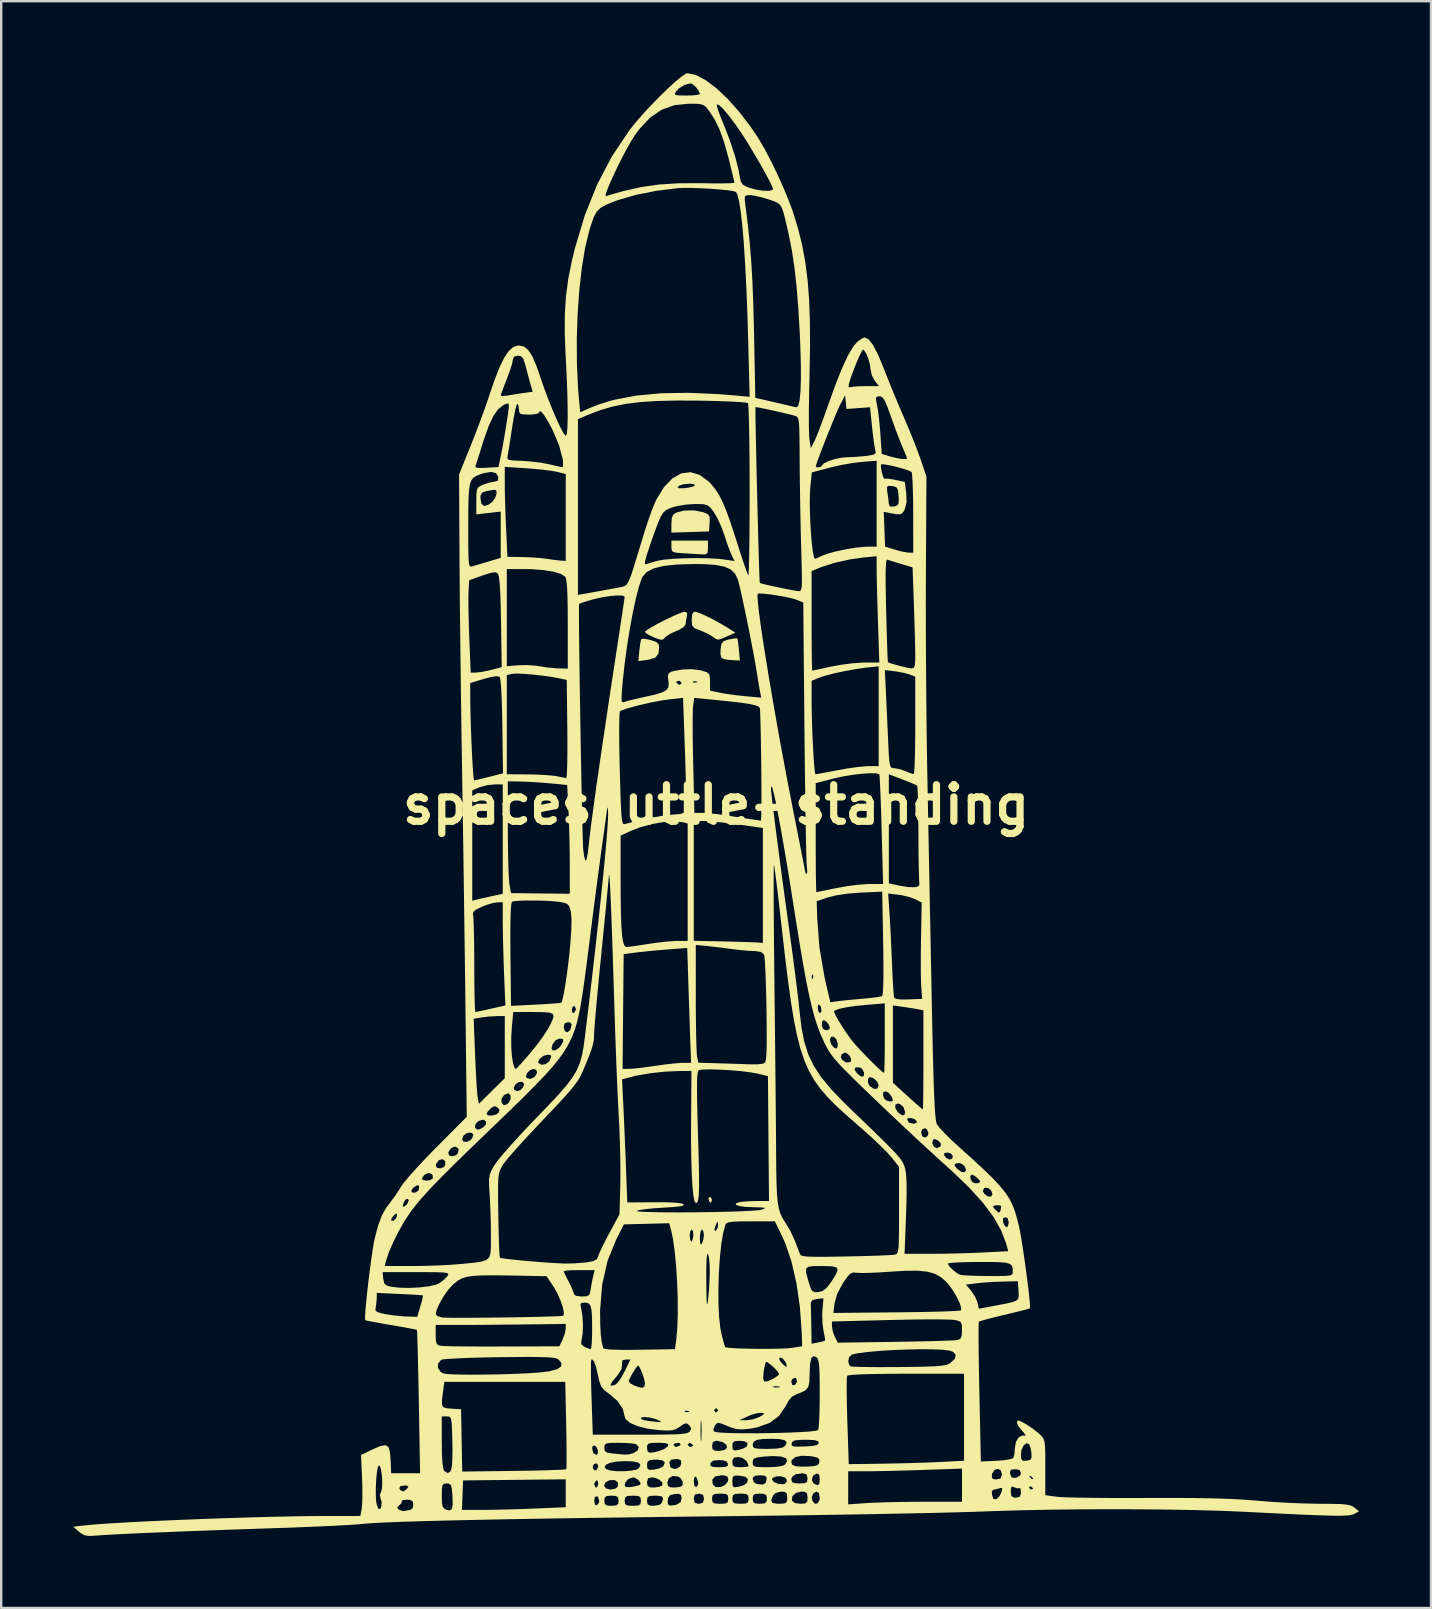
<source format=kicad_pcb>
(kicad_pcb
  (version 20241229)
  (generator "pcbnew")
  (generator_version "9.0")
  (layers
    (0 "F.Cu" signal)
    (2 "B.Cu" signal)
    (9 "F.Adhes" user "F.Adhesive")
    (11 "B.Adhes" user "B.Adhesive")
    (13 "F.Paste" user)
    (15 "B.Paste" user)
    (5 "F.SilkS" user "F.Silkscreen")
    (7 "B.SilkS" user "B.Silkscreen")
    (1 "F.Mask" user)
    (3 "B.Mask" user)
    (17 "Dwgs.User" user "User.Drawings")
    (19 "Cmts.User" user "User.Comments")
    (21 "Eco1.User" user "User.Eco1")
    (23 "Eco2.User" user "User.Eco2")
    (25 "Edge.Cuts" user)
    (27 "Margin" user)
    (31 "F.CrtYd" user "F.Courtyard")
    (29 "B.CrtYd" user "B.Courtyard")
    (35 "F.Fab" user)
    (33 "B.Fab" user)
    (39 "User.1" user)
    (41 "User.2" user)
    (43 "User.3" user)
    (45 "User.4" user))
  (footprint "spaceshuttle-standing"
    (layer "F.Cu")
    (at 26.787 30.48)
    (property "Reference" "spaceshuttle-standing" (at 0 0 0) (layer "F.SilkS") (effects (font (size 1.524 1.524) (thickness 0.3))))
    (attr board_only exclude_from_pos_files exclude_from_bom)
    (fp_poly (pts (xy -0.177 16.443) (xy -0.187 16.522) (xy -0.234 16.585) (xy -0.289 16.521) (xy -0.32 16.397) (xy -0.305 16.363) (xy -0.221 16.349)) (stroke (width 0) (type solid)) (fill yes) (layer "F.SilkS"))
    (fp_poly (pts (xy -0.339 -10.71) (xy -0.352 -10.512) (xy -0.419 -10.435) (xy -0.572 -10.43) (xy -0.783 -10.444) (xy -1.087 -10.462) (xy -1.333 -10.477) (xy -1.622 -10.497) (xy -1.78 -10.529) (xy -1.847 -10.593) (xy -1.862 -10.711) (xy -1.863 -10.757) (xy -1.863 -11.007) (xy -0.339 -11.007)) (stroke (width 0) (type solid)) (fill yes) (layer "F.SilkS"))
    (fp_poly (pts (xy -2.806 -6.882) (xy -2.718 -6.86) (xy -2.495 -6.785) (xy -2.395 -6.69) (xy -2.372 -6.537) (xy -2.409 -6.282) (xy -2.537 -6.13) (xy -2.79 -6.048) (xy -2.878 -6.034) (xy -3.241 -5.986) (xy -3.199 -6.424) (xy -3.167 -6.681) (xy -3.131 -6.86) (xy -3.111 -6.908) (xy -3.008 -6.916)) (stroke (width 0) (type solid)) (fill yes) (layer "F.SilkS"))
    (fp_poly (pts (xy -0.537 -12.189) (xy -0.516 -12.182) (xy -0.345 -12.107) (xy -0.272 -12.004) (xy -0.266 -11.81) (xy -0.271 -11.738) (xy -0.296 -11.388) (xy -1.079 -11.363) (xy -1.863 -11.339) (xy -1.863 -11.71) (xy -1.847 -11.955) (xy -1.782 -12.093) (xy -1.647 -12.178) (xy -1.318 -12.261) (xy -0.921 -12.265)) (stroke (width 0) (type solid)) (fill yes) (layer "F.SilkS"))
    (fp_poly (pts (xy 0.883 -6.931) (xy 0.905 -6.836) (xy 0.933 -6.627) (xy 0.95 -6.456) (xy 0.991 -6.011) (xy 0.728 -6.021) (xy 0.487 -6.041) (xy 0.313 -6.071) (xy 0.215 -6.133) (xy 0.18 -6.281) (xy 0.186 -6.46) (xy 0.215 -6.686) (xy 0.292 -6.803) (xy 0.463 -6.869) (xy 0.534 -6.886) (xy 0.745 -6.927) (xy 0.871 -6.936)) (stroke (width 0) (type solid)) (fill yes) (layer "F.SilkS"))
    (fp_poly (pts (xy -0.729 -8.002) (xy -0.468 -7.891) (xy -0.144 -7.731) (xy 0.202 -7.54) (xy 0.464 -7.383) (xy 0.803 -7.169) (xy 0.465 -7.02) (xy 0.232 -6.918) (xy 0.095 -6.88) (xy -0.008 -6.906) (xy -0.136 -6.994) (xy -0.169 -7.019) (xy -0.397 -7.151) (xy -0.671 -7.267) (xy -0.699 -7.277) (xy -0.905 -7.359) (xy -0.995 -7.467) (xy -1.016 -7.667) (xy -1.016 -7.711) (xy -0.995 -7.942) (xy -0.925 -8.037) (xy -0.886 -8.043)) (stroke (width 0) (type solid)) (fill yes) (layer "F.SilkS"))
    (fp_poly (pts (xy -1.207 -7.999) (xy -1.217 -7.853) (xy -1.259 -7.639) (xy -1.269 -7.526) (xy -1.348 -7.406) (xy -1.56 -7.281) (xy -1.644 -7.246) (xy -1.891 -7.135) (xy -2.077 -7.021) (xy -2.12 -6.981) (xy -2.2 -6.896) (xy -2.285 -6.872) (xy -2.427 -6.91) (xy -2.646 -6.998) (xy -2.845 -7.098) (xy -2.955 -7.185) (xy -2.963 -7.205) (xy -2.892 -7.273) (xy -2.705 -7.391) (xy -2.439 -7.538) (xy -2.134 -7.695) (xy -1.827 -7.842) (xy -1.558 -7.961) (xy -1.365 -8.032) (xy -1.304 -8.043)) (stroke (width 0) (type solid)) (fill yes) (layer "F.SilkS"))
    (fp_poly (pts (xy -0.845 -30.406) (xy -0.437 -30.192) (xy 0.012 -29.854) (xy 0.487 -29.405) (xy 0.972 -28.859) (xy 1.451 -28.23) (xy 1.754 -27.78) (xy 2.015 -27.337) (xy 2.304 -26.784) (xy 2.598 -26.172) (xy 2.872 -25.554) (xy 3.102 -24.978) (xy 3.208 -24.68) (xy 3.416 -24) (xy 3.584 -23.319) (xy 3.715 -22.614) (xy 3.811 -21.861) (xy 3.875 -21.036) (xy 3.908 -20.118) (xy 3.914 -19.081) (xy 3.893 -17.903) (xy 3.889 -17.738) (xy 3.875 -17.133) (xy 3.866 -16.564) (xy 3.864 -16.059) (xy 3.867 -15.647) (xy 3.877 -15.356) (xy 3.887 -15.24) (xy 3.944 -14.859) (xy 4.092 -15.136) (xy 4.171 -15.313) (xy 4.29 -15.614) (xy 4.436 -16.004) (xy 4.595 -16.446) (xy 4.67 -16.66) (xy 4.938 -17.405) (xy 5.521 -17.405) (xy 5.56 -17.393) (xy 5.707 -17.418) (xy 5.964 -17.436) (xy 6.236 -17.441) (xy 6.786 -17.441) (xy 6.61 -17.664) (xy 6.485 -17.898) (xy 6.435 -18.133) (xy 6.407 -18.35) (xy 6.338 -18.595) (xy 6.248 -18.812) (xy 6.159 -18.945) (xy 6.121 -18.964) (xy 6.065 -18.889) (xy 5.966 -18.689) (xy 5.84 -18.396) (xy 5.744 -18.153) (xy 5.603 -17.768) (xy 5.53 -17.524) (xy 5.521 -17.405) (xy 4.938 -17.405) (xy 4.98 -17.522) (xy 5.26 -18.218) (xy 5.51 -18.749) (xy 5.73 -19.115) (xy 5.897 -19.299) (xy 6.067 -19.419) (xy 6.178 -19.473) (xy 6.183 -19.473) (xy 6.349 -19.395) (xy 6.536 -19.159) (xy 6.744 -18.762) (xy 6.976 -18.203) (xy 7.165 -17.721) (xy 7.393 -17.159) (xy 7.629 -16.594) (xy 7.812 -16.171) (xy 8.013 -15.699) (xy 8.215 -15.204) (xy 8.392 -14.746) (xy 8.52 -14.393) (xy 8.763 -13.674) (xy 8.74 -9.567) (xy 8.737 -8.576) (xy 8.738 -7.46) (xy 8.743 -6.261) (xy 8.752 -5.024) (xy 8.763 -3.791) (xy 8.778 -2.608) (xy 8.795 -1.517) (xy 8.803 -1.101) (xy 8.822 -0.115) (xy 8.844 1.001) (xy 8.868 2.208) (xy 8.892 3.467) (xy 8.917 4.739) (xy 8.942 5.985) (xy 8.965 7.166) (xy 8.985 8.17) (xy 9.007 9.267) (xy 9.028 10.205) (xy 9.048 10.996) (xy 9.068 11.65) (xy 9.088 12.179) (xy 9.109 12.593) (xy 9.13 12.903) (xy 9.153 13.121) (xy 9.178 13.256) (xy 9.195 13.306) (xy 9.303 13.451) (xy 9.508 13.674) (xy 9.78 13.944) (xy 10.051 14.195) (xy 10.651 14.735) (xy 11.137 15.184) (xy 11.524 15.56) (xy 11.826 15.882) (xy 12.057 16.169) (xy 12.233 16.44) (xy 12.366 16.713) (xy 12.472 17.009) (xy 12.566 17.345) (xy 12.618 17.56) (xy 12.669 17.809) (xy 12.729 18.16) (xy 12.795 18.583) (xy 12.863 19.048) (xy 12.928 19.523) (xy 12.987 19.978) (xy 13.035 20.383) (xy 13.067 20.705) (xy 13.081 20.915) (xy 13.076 20.981) (xy 12.991 21.009) (xy 12.774 21.067) (xy 12.455 21.147) (xy 12.067 21.241) (xy 12.023 21.251) (xy 11.627 21.347) (xy 11.294 21.432) (xy 11.057 21.498) (xy 10.949 21.535) (xy 10.947 21.537) (xy 10.939 21.628) (xy 10.935 21.869) (xy 10.935 22.24) (xy 10.939 22.721) (xy 10.946 23.292) (xy 10.957 23.933) (xy 10.968 24.471) (xy 11.031 27.364) (xy 11.675 27.334) (xy 11.991 27.31) (xy 12.24 27.272) (xy 12.373 27.228) (xy 12.381 27.22) (xy 12.423 27.085) (xy 12.425 27.067) (xy 12.7 27.067) (xy 12.713 27.262) (xy 12.78 27.334) (xy 12.933 27.332) (xy 13.088 27.296) (xy 13.144 27.2) (xy 13.137 27.009) (xy 13.099 26.788) (xy 13.042 26.643) (xy 13.035 26.635) (xy 12.921 26.605) (xy 12.808 26.701) (xy 12.724 26.885) (xy 12.7 27.067) (xy 12.425 27.067) (xy 12.444 26.863) (xy 12.445 26.824) (xy 12.491 26.55) (xy 12.61 26.355) (xy 12.772 26.276) (xy 12.859 26.29) (xy 12.896 26.273) (xy 12.822 26.164) (xy 12.763 26.099) (xy 12.601 25.898) (xy 12.531 25.74) (xy 12.564 25.659) (xy 12.594 25.654) (xy 12.727 25.703) (xy 12.94 25.825) (xy 13.185 25.989) (xy 13.409 26.163) (xy 13.483 26.229) (xy 13.576 26.321) (xy 13.64 26.413) (xy 13.681 26.536) (xy 13.704 26.723) (xy 13.714 27.004) (xy 13.716 27.41) (xy 13.716 27.607) (xy 13.716 28.767) (xy 14.203 28.834) (xy 14.398 28.848) (xy 14.74 28.861) (xy 15.207 28.871) (xy 15.776 28.879) (xy 16.426 28.884) (xy 17.133 28.885) (xy 17.876 28.883) (xy 17.907 28.883) (xy 18.96 28.881) (xy 19.864 28.885) (xy 20.642 28.898) (xy 21.314 28.918) (xy 21.902 28.948) (xy 22.427 28.987) (xy 22.521 28.995) (xy 23.122 29.043) (xy 23.79 29.083) (xy 24.452 29.111) (xy 25.036 29.124) (xy 25.158 29.125) (xy 25.653 29.128) (xy 26.008 29.137) (xy 26.253 29.157) (xy 26.418 29.19) (xy 26.531 29.24) (xy 26.592 29.283) (xy 26.787 29.441) (xy 26.584 29.55) (xy 26.512 29.578) (xy 26.407 29.6) (xy 26.254 29.615) (xy 26.041 29.623) (xy 25.753 29.622) (xy 25.376 29.614) (xy 24.896 29.597) (xy 24.299 29.572) (xy 23.572 29.537) (xy 22.699 29.494) (xy 21.971 29.457) (xy 21.062 29.418) (xy 20.016 29.389) (xy 18.865 29.368) (xy 17.643 29.356) (xy 16.38 29.353) (xy 15.11 29.358) (xy 13.865 29.373) (xy 12.676 29.396) (xy 11.577 29.429) (xy 11.134 29.446) (xy 10.649 29.463) (xy 10.013 29.481) (xy 9.243 29.501) (xy 8.356 29.52) (xy 7.371 29.54) (xy 6.305 29.56) (xy 5.176 29.579) (xy 4.001 29.597) (xy 2.798 29.614) (xy 1.584 29.629) (xy 0.677 29.64) (xy -1.487 29.665) (xy -3.493 29.69) (xy -5.341 29.715) (xy -7.03 29.741) (xy -8.557 29.767) (xy -9.923 29.794) (xy -11.127 29.821) (xy -12.166 29.848) (xy -13.041 29.875) (xy -13.749 29.902) (xy -14.291 29.93) (xy -14.665 29.958) (xy -14.732 29.965) (xy -14.993 29.987) (xy -15.396 30.013) (xy -15.916 30.041) (xy -16.525 30.07) (xy -17.198 30.098) (xy -17.908 30.125) (xy -18.33 30.139) (xy -19.401 30.175) (xy -20.444 30.211) (xy -21.443 30.248) (xy -22.383 30.284) (xy -23.247 30.319) (xy -24.02 30.352) (xy -24.684 30.383) (xy -25.224 30.411) (xy -25.624 30.435) (xy -25.832 30.45) (xy -26.122 30.467) (xy -26.313 30.438) (xy -26.471 30.349) (xy -26.546 30.287) (xy -26.787 30.08) (xy -26.326 30.028) (xy -25.923 29.99) (xy -25.373 29.95) (xy -24.699 29.909) (xy -23.924 29.868) (xy -23.07 29.827) (xy -22.16 29.789) (xy -21.217 29.752) (xy -20.263 29.719) (xy -19.321 29.69) (xy -18.413 29.666) (xy -17.563 29.648) (xy -16.792 29.637) (xy -16.196 29.634) (xy -14.824 29.633) (xy -14.767 29.327) (xy -14.747 29.117) (xy -14.738 28.787) (xy -14.739 28.726) (xy -14.18 28.726) (xy -14.167 28.997) (xy -14.136 29.176) (xy -14.133 29.183) (xy -14.064 29.337) (xy -14.009 29.347) (xy -13.962 29.277) (xy -13.286 29.277) (xy -13.243 29.352) (xy -13.208 29.377) (xy -13.041 29.43) (xy -12.968 29.421) (xy -12.777 29.381) (xy -12.735 29.379) (xy -12.641 29.306) (xy -12.615 29.168) (xy -12.641 29.019) (xy -12.751 28.963) (xy -12.883 28.956) (xy -13.05 28.971) (xy -13.1 29.006) (xy -13.096 29.011) (xy -13.109 29.098) (xy -13.188 29.179) (xy -13.286 29.277) (xy -13.962 29.277) (xy -13.96 29.275) (xy -13.93 29.059) (xy -13.968 28.959) (xy -14.004 28.789) (xy -11.43 28.789) (xy -11.423 29.079) (xy -11.391 29.245) (xy -11.32 29.333) (xy -11.239 29.372) (xy -11.094 29.402) (xy -11.062 29.379) (xy -10.591 29.379) (xy -9.712 29.379) (xy -9.289 29.375) (xy -8.761 29.364) (xy -8.189 29.348) (xy -7.635 29.327) (xy -7.549 29.324) (xy -6.265 29.268) (xy -6.265 28.998) (xy -5.08 28.998) (xy -5.048 29.163) (xy -4.974 29.189) (xy -4.884 29.086) (xy -4.868 28.998) (xy -4.657 28.998) (xy -4.635 29.141) (xy -4.535 29.2) (xy -4.36 29.21) (xy -4.16 29.194) (xy -4.078 29.123) (xy -4.064 28.998) (xy -3.81 28.998) (xy -3.792 29.135) (xy -3.704 29.195) (xy -3.501 29.21) (xy -3.471 29.21) (xy -3.253 29.198) (xy -3.156 29.144) (xy -3.133 29.017) (xy -3.133 28.998) (xy -2.879 28.998) (xy -2.856 29.143) (xy -2.753 29.201) (xy -2.591 29.21) (xy -2.352 29.169) (xy -2.253 29.076) (xy -2.228 28.977) (xy -2.016 28.977) (xy -2.012 29.141) (xy -1.925 29.204) (xy -1.725 29.181) (xy -1.63 29.157) (xy -1.621 29.151) (xy 5.503 29.151) (xy 6.278 29.096) (xy 6.624 29.078) (xy 7.092 29.062) (xy 7.638 29.05) (xy 8.216 29.042) (xy 8.649 29.041) (xy 10.245 29.041) (xy 10.245 28.602) (xy 11.488 28.602) (xy 11.494 28.744) (xy 11.549 28.917) (xy 11.642 28.942) (xy 11.736 28.891) (xy 11.833 28.767) (xy 11.894 28.626) (xy 11.896 28.614) (xy 12.277 28.614) (xy 12.299 28.797) (xy 12.393 28.865) (xy 12.488 28.871) (xy 12.646 28.839) (xy 12.698 28.709) (xy 12.7 28.646) (xy 12.684 28.499) (xy 12.647 28.473) (xy 12.539 28.482) (xy 12.437 28.443) (xy 13.039 28.443) (xy 13.1 28.529) (xy 13.123 28.533) (xy 13.206 28.504) (xy 13.208 28.495) (xy 13.149 28.423) (xy 13.123 28.406) (xy 13.045 28.412) (xy 13.039 28.443) (xy 12.437 28.443) (xy 12.435 28.442) (xy 12.325 28.405) (xy 12.282 28.48) (xy 12.277 28.614) (xy 11.896 28.614) (xy 11.923 28.483) (xy 11.862 28.461) (xy 11.814 28.478) (xy 11.63 28.526) (xy 11.562 28.533) (xy 11.488 28.602) (xy 10.245 28.602) (xy 10.245 28.053) (xy 11.489 28.053) (xy 11.588 28.106) (xy 11.675 28.109) (xy 11.844 28.075) (xy 11.904 27.939) (xy 11.908 27.898) (xy 11.88 27.794) (xy 12.242 27.794) (xy 12.253 27.885) (xy 12.318 28.03) (xy 12.465 28.049) (xy 12.496 28.044) (xy 12.644 27.964) (xy 13.052 27.964) (xy 13.073 28.012) (xy 13.158 28.102) (xy 13.207 28.084) (xy 13.208 28.072) (xy 13.148 28) (xy 13.11 27.974) (xy 13.052 27.964) (xy 12.644 27.964) (xy 12.664 27.953) (xy 12.7 27.845) (xy 12.653 27.725) (xy 12.486 27.686) (xy 12.458 27.686) (xy 12.288 27.706) (xy 12.242 27.794) (xy 11.88 27.794) (xy 11.863 27.732) (xy 11.743 27.67) (xy 11.604 27.712) (xy 11.504 27.858) (xy 11.494 27.898) (xy 11.489 28.053) (xy 10.245 28.053) (xy 10.245 27.659) (xy 8.657 27.715) (xy 8.088 27.733) (xy 7.513 27.749) (xy 6.98 27.761) (xy 6.535 27.769) (xy 6.287 27.77) (xy 5.503 27.771) (xy 5.503 29.151) (xy -1.621 29.151) (xy -1.473 29.049) (xy -1.443 28.914) (xy -0.931 28.914) (xy -0.896 29.075) (xy -0.759 29.124) (xy -0.72 29.125) (xy -0.559 29.09) (xy -0.509 28.953) (xy -0.508 28.914) (xy -0.169 28.914) (xy -0.151 29.05) (xy -0.064 29.111) (xy 0.14 29.125) (xy 0.169 29.125) (xy 0.388 29.114) (xy 0.485 29.059) (xy 0.508 28.932) (xy 0.508 28.914) (xy 0.677 28.914) (xy 0.696 29.05) (xy 0.783 29.111) (xy 0.987 29.125) (xy 1.016 29.125) (xy 1.234 29.114) (xy 1.331 29.059) (xy 1.355 28.932) (xy 1.355 28.914) (xy 1.524 28.914) (xy 1.546 29.057) (xy 1.646 29.115) (xy 1.82 29.125) (xy 2.021 29.11) (xy 2.103 29.038) (xy 2.109 28.979) (xy 2.296 28.979) (xy 2.343 29.085) (xy 2.533 29.123) (xy 2.625 29.125) (xy 2.842 29.115) (xy 2.938 29.061) (xy 2.954 28.976) (xy 3.156 28.976) (xy 3.163 28.997) (xy 3.286 29.095) (xy 3.511 29.125) (xy 3.711 29.111) (xy 3.794 29.041) (xy 3.81 28.871) (xy 3.808 28.854) (xy 3.988 28.854) (xy 4.01 28.998) (xy 4.11 29.123) (xy 4.224 29.111) (xy 4.305 28.979) (xy 4.318 28.871) (xy 4.281 28.672) (xy 4.188 28.617) (xy 4.049 28.688) (xy 3.988 28.854) (xy 3.808 28.854) (xy 3.789 28.691) (xy 3.69 28.625) (xy 3.566 28.617) (xy 3.33 28.67) (xy 3.18 28.801) (xy 3.156 28.976) (xy 2.954 28.976) (xy 2.963 28.926) (xy 2.963 28.871) (xy 2.942 28.691) (xy 2.844 28.625) (xy 2.712 28.617) (xy 2.472 28.677) (xy 2.374 28.781) (xy 2.296 28.979) (xy 2.109 28.979) (xy 2.117 28.914) (xy 2.095 28.771) (xy 1.995 28.712) (xy 1.82 28.702) (xy 1.62 28.718) (xy 1.538 28.789) (xy 1.524 28.914) (xy 1.355 28.914) (xy 1.336 28.777) (xy 1.249 28.717) (xy 1.045 28.702) (xy 1.016 28.702) (xy 0.798 28.714) (xy 0.701 28.768) (xy 0.677 28.895) (xy 0.677 28.914) (xy 0.508 28.914) (xy 0.49 28.777) (xy 0.402 28.717) (xy 0.199 28.702) (xy 0.169 28.702) (xy -0.049 28.714) (xy -0.146 28.768) (xy -0.169 28.895) (xy -0.169 28.914) (xy -0.508 28.914) (xy -0.543 28.753) (xy -0.681 28.703) (xy -0.72 28.702) (xy -0.881 28.737) (xy -0.93 28.875) (xy -0.931 28.914) (xy -1.443 28.914) (xy -1.439 28.898) (xy -1.461 28.758) (xy -1.558 28.711) (xy -1.714 28.718) (xy -1.912 28.762) (xy -1.997 28.874) (xy -2.016 28.977) (xy -2.228 28.977) (xy -2.209 28.902) (xy -2.269 28.815) (xy -2.462 28.788) (xy -2.54 28.787) (xy -2.758 28.798) (xy -2.855 28.853) (xy -2.879 28.98) (xy -2.879 28.998) (xy -3.133 28.998) (xy -3.151 28.862) (xy -3.238 28.801) (xy -3.442 28.787) (xy -3.471 28.787) (xy -3.69 28.798) (xy -3.787 28.853) (xy -3.81 28.98) (xy -3.81 28.998) (xy -4.064 28.998) (xy -4.086 28.855) (xy -4.186 28.797) (xy -4.36 28.787) (xy -4.561 28.802) (xy -4.643 28.874) (xy -4.657 28.998) (xy -4.868 28.998) (xy -4.918 28.85) (xy -4.974 28.808) (xy -5.056 28.85) (xy -5.08 28.998) (xy -6.265 28.998) (xy -6.265 28.326) (xy -5.08 28.326) (xy -5.033 28.435) (xy -4.995 28.448) (xy -4.927 28.377) (xy -4.927 28.374) (xy -4.669 28.374) (xy -4.587 28.488) (xy -4.4 28.533) (xy -4.186 28.49) (xy -4.092 28.4) (xy -4.093 28.349) (xy -3.81 28.349) (xy -3.767 28.426) (xy -3.614 28.435) (xy -3.503 28.42) (xy -3.29 28.377) (xy -3.161 28.333) (xy -3.152 28.327) (xy -3.156 28.236) (xy -2.879 28.236) (xy -2.856 28.38) (xy -2.755 28.439) (xy -2.587 28.448) (xy -2.374 28.422) (xy -2.242 28.359) (xy -2.236 28.35) (xy -2.244 28.242) (xy -2.032 28.242) (xy -2.008 28.382) (xy -1.904 28.439) (xy -1.741 28.448) (xy -1.531 28.428) (xy -1.407 28.378) (xy -1.402 28.371) (xy -1.389 28.214) (xy -1.407 28.184) (xy -0.931 28.184) (xy -0.905 28.384) (xy -0.826 28.425) (xy -0.75 28.324) (xy -0.748 28.228) (xy -0.78 28.125) (xy -0.161 28.125) (xy -0.139 28.321) (xy -0.018 28.433) (xy 0.191 28.424) (xy 0.344 28.36) (xy 0.477 28.22) (xy 0.483 28.199) (xy 0.677 28.199) (xy 0.69 28.381) (xy 0.762 28.44) (xy 0.946 28.415) (xy 0.948 28.415) (xy 1.157 28.347) (xy 1.284 28.259) (xy 1.286 28.256) (xy 1.329 28.103) (xy 1.524 28.103) (xy 1.598 28.254) (xy 1.714 28.303) (xy 1.943 28.325) (xy 2.058 28.264) (xy 2.101 28.124) (xy 2.101 28.109) (xy 2.327 28.109) (xy 2.399 28.215) (xy 2.571 28.291) (xy 2.773 28.312) (xy 2.862 28.295) (xy 2.944 28.193) (xy 2.945 28.12) (xy 2.944 28.118) (xy 3.133 28.118) (xy 3.165 28.224) (xy 3.289 28.27) (xy 3.471 28.279) (xy 3.69 28.267) (xy 3.787 28.213) (xy 3.803 28.124) (xy 3.991 28.124) (xy 4.052 28.269) (xy 4.077 28.288) (xy 4.229 28.355) (xy 4.301 28.29) (xy 4.318 28.103) (xy 4.296 27.92) (xy 4.214 27.867) (xy 4.171 27.871) (xy 4.036 27.965) (xy 3.991 28.124) (xy 3.803 28.124) (xy 3.81 28.085) (xy 3.81 28.067) (xy 3.775 27.905) (xy 3.637 27.856) (xy 3.605 27.855) (xy 3.306 27.896) (xy 3.154 28.019) (xy 3.133 28.118) (xy 2.944 28.118) (xy 2.858 28.024) (xy 2.686 27.979) (xy 2.498 27.985) (xy 2.359 28.043) (xy 2.327 28.109) (xy 2.101 28.109) (xy 2.097 28.001) (xy 2.003 27.949) (xy 1.826 27.94) (xy 1.619 27.959) (xy 1.534 28.031) (xy 1.524 28.103) (xy 1.329 28.103) (xy 1.33 28.1) (xy 1.223 28.001) (xy 0.988 27.956) (xy 0.784 27.949) (xy 0.697 28.002) (xy 0.678 28.155) (xy 0.677 28.199) (xy 0.483 28.199) (xy 0.508 28.106) (xy 0.474 27.992) (xy 0.343 27.945) (xy 0.209 27.94) (xy -0.044 27.988) (xy -0.161 28.125) (xy -0.78 28.125) (xy -0.808 28.037) (xy -0.876 27.986) (xy -0.924 28.081) (xy -0.931 28.184) (xy -1.407 28.184) (xy -1.484 28.054) (xy -1.585 27.987) (xy -1.81 27.966) (xy -1.976 28.069) (xy -2.032 28.242) (xy -2.244 28.242) (xy -2.245 28.233) (xy -2.37 28.117) (xy -2.563 28.039) (xy -2.683 28.025) (xy -2.833 28.064) (xy -2.878 28.212) (xy -2.879 28.236) (xy -3.156 28.236) (xy -3.156 28.234) (xy -3.255 28.12) (xy -3.396 28.038) (xy -3.465 28.025) (xy -3.664 28.094) (xy -3.793 28.258) (xy -3.81 28.349) (xy -4.093 28.349) (xy -4.094 28.233) (xy -4.221 28.138) (xy -4.439 28.143) (xy -4.622 28.241) (xy -4.669 28.374) (xy -4.927 28.374) (xy -4.911 28.274) (xy -4.943 28.157) (xy -4.995 28.152) (xy -5.073 28.274) (xy -5.08 28.326) (xy -6.265 28.326) (xy -6.265 28.106) (xy -8.403 28.129) (xy -10.541 28.152) (xy -10.566 28.765) (xy -10.591 29.379) (xy -11.062 29.379) (xy -11.01 29.342) (xy -10.975 29.169) (xy -10.982 28.858) (xy -10.988 28.765) (xy -11.013 28.491) (xy -11.053 28.345) (xy -11.127 28.287) (xy -11.226 28.279) (xy -11.339 28.29) (xy -11.4 28.352) (xy -11.425 28.503) (xy -11.43 28.783) (xy -11.43 28.789) (xy -14.004 28.789) (xy -14.011 28.756) (xy -13.96 28.633) (xy -13.922 28.488) (xy -13.203 28.488) (xy -13.152 28.561) (xy -13.026 28.612) (xy -12.884 28.507) (xy -12.869 28.49) (xy -12.818 28.398) (xy -12.898 28.366) (xy -12.986 28.363) (xy -13.167 28.397) (xy -13.203 28.488) (xy -13.922 28.488) (xy -13.921 28.485) (xy -13.91 28.251) (xy -13.922 27.984) (xy -13.954 27.738) (xy -14.002 27.566) (xy -14.048 27.517) (xy -14.093 27.594) (xy -14.131 27.797) (xy -14.16 28.083) (xy -14.177 28.407) (xy -14.18 28.726) (xy -14.739 28.726) (xy -14.741 28.387) (xy -14.752 28.057) (xy -14.794 27.095) (xy -14.345 26.875) (xy -14.008 26.725) (xy -13.787 26.681) (xy -13.657 26.755) (xy -13.591 26.962) (xy -13.564 27.285) (xy -13.539 27.855) (xy -12.334 27.855) (xy -12.357 26.568) (xy -11.43 26.568) (xy -11.422 27.111) (xy -11.397 27.489) (xy -11.355 27.705) (xy -11.328 27.754) (xy -11.182 27.848) (xy -11.076 27.782) (xy -11.026 27.665) (xy -11.003 27.507) (xy -10.99 27.221) (xy -10.985 26.851) (xy -10.991 26.48) (xy -11.003 26.057) (xy -11.017 25.775) (xy -11.041 25.605) (xy -11.08 25.519) (xy -11.142 25.489) (xy -11.223 25.485) (xy -11.43 25.485) (xy -11.43 26.568) (xy -12.357 26.568) (xy -12.385 24.986) (xy -11.423 24.986) (xy -11.371 25.096) (xy -11.245 25.143) (xy -11.029 25.162) (xy -11.028 25.163) (xy -10.626 25.188) (xy -10.579 27.783) (xy -8.429 27.756) (xy -7.843 27.747) (xy -7.316 27.736) (xy -6.869 27.723) (xy -6.526 27.71) (xy -6.31 27.697) (xy -6.243 27.686) (xy -6.239 27.642) (xy -5.139 27.642) (xy -5.072 27.73) (xy -4.989 27.725) (xy -4.917 27.606) (xy -4.917 27.604) (xy -4.643 27.604) (xy -4.572 27.683) (xy -4.398 27.74) (xy -4.128 27.768) (xy -3.817 27.769) (xy -3.523 27.744) (xy -3.302 27.695) (xy -3.22 27.647) (xy -3.158 27.518) (xy -2.879 27.518) (xy -2.862 27.663) (xy -2.777 27.713) (xy -2.585 27.702) (xy -2.359 27.648) (xy -2.204 27.561) (xy -2.197 27.554) (xy -2.141 27.418) (xy -1.947 27.418) (xy -1.9 27.61) (xy -1.745 27.675) (xy -1.654 27.668) (xy -1.499 27.57) (xy -1.455 27.453) (xy -0.238 27.453) (xy -0.229 27.545) (xy -0.129 27.589) (xy 0.097 27.601) (xy 0.127 27.601) (xy 0.368 27.591) (xy 0.478 27.551) (xy 0.494 27.464) (xy 0.492 27.453) (xy 0.45 27.39) (xy 0.677 27.39) (xy 0.696 27.526) (xy 0.783 27.587) (xy 0.987 27.601) (xy 1.016 27.601) (xy 1.228 27.591) (xy 1.346 27.564) (xy 1.355 27.553) (xy 1.298 27.401) (xy 1.524 27.401) (xy 1.534 27.504) (xy 1.587 27.564) (xy 1.72 27.592) (xy 1.968 27.601) (xy 2.142 27.601) (xy 2.493 27.587) (xy 2.748 27.549) (xy 2.862 27.5) (xy 2.934 27.386) (xy 3.133 27.386) (xy 3.17 27.495) (xy 3.299 27.557) (xy 3.549 27.579) (xy 3.81 27.575) (xy 4.082 27.557) (xy 4.227 27.517) (xy 4.289 27.436) (xy 4.302 27.377) (xy 4.296 27.265) (xy 4.213 27.199) (xy 4.015 27.153) (xy 3.907 27.137) (xy 3.556 27.124) (xy 3.294 27.183) (xy 3.151 27.307) (xy 3.133 27.386) (xy 2.934 27.386) (xy 2.964 27.339) (xy 2.908 27.223) (xy 2.702 27.155) (xy 2.351 27.137) (xy 2.019 27.157) (xy 1.741 27.188) (xy 1.592 27.231) (xy 1.533 27.306) (xy 1.524 27.401) (xy 1.298 27.401) (xy 1.28 27.352) (xy 1.094 27.212) (xy 0.928 27.178) (xy 0.748 27.201) (xy 0.683 27.301) (xy 0.677 27.39) (xy 0.45 27.39) (xy 0.424 27.351) (xy 0.247 27.309) (xy 0.127 27.305) (xy -0.109 27.326) (xy -0.219 27.401) (xy -0.238 27.453) (xy -1.455 27.453) (xy -1.461 27.319) (xy -1.565 27.268) (xy -1.687 27.263) (xy -1.879 27.29) (xy -1.946 27.388) (xy -1.947 27.418) (xy -2.141 27.418) (xy -2.137 27.409) (xy -2.231 27.317) (xy -2.471 27.284) (xy -2.542 27.285) (xy -2.76 27.306) (xy -2.856 27.368) (xy -2.879 27.503) (xy -2.879 27.518) (xy -3.158 27.518) (xy -3.153 27.508) (xy -3.228 27.414) (xy -3.454 27.362) (xy -3.799 27.347) (xy -4.159 27.368) (xy -4.435 27.425) (xy -4.604 27.507) (xy -4.643 27.604) (xy -4.917 27.604) (xy -4.911 27.554) (xy -4.963 27.444) (xy -5.07 27.458) (xy -5.122 27.517) (xy -5.139 27.642) (xy -6.239 27.642) (xy -6.234 27.593) (xy -6.23 27.355) (xy -6.23 26.999) (xy -6.232 26.818) (xy -5.165 26.818) (xy -5.115 27.022) (xy -4.975 27.093) (xy -4.926 27.023) (xy -4.926 26.909) (xy -4.971 26.792) (xy -4.657 26.792) (xy -4.636 26.925) (xy -4.542 26.994) (xy -4.329 27.028) (xy -4.297 27.031) (xy -4.036 27.055) (xy -3.831 27.075) (xy -3.794 27.079) (xy -3.609 27.061) (xy -3.435 27.011) (xy -3.265 26.897) (xy -3.235 26.797) (xy -2.879 26.797) (xy -2.859 26.938) (xy -2.777 26.997) (xy -2.598 26.982) (xy -2.358 26.922) (xy -2.144 26.835) (xy -2.011 26.73) (xy -2.001 26.711) (xy -2.002 26.67) (xy -1.778 26.67) (xy -1.71 26.746) (xy -1.656 26.755) (xy -1.512 26.703) (xy -1.482 26.67) (xy -1.185 26.67) (xy -1.116 26.744) (xy -1.053 26.755) (xy -0.966 26.714) (xy -0.966 26.712) (xy -0.169 26.712) (xy -0.146 26.857) (xy -0.043 26.915) (xy 0.118 26.924) (xy 0.347 26.887) (xy 0.453 26.798) (xy 0.438 26.719) (xy 0.677 26.719) (xy 0.693 26.864) (xy 0.773 26.906) (xy 0.953 26.878) (xy 1.159 26.811) (xy 1.283 26.731) (xy 1.286 26.727) (xy 1.295 26.679) (xy 1.524 26.679) (xy 1.542 26.762) (xy 1.618 26.81) (xy 1.788 26.833) (xy 2.086 26.839) (xy 2.149 26.839) (xy 2.529 26.826) (xy 2.766 26.783) (xy 2.876 26.716) (xy 2.926 26.611) (xy 3.148 26.611) (xy 3.149 26.69) (xy 3.216 26.733) (xy 3.381 26.746) (xy 3.678 26.738) (xy 3.697 26.738) (xy 4.019 26.715) (xy 4.2 26.676) (xy 4.271 26.613) (xy 4.276 26.585) (xy 4.239 26.514) (xy 4.107 26.474) (xy 3.85 26.459) (xy 3.726 26.458) (xy 3.422 26.466) (xy 3.249 26.494) (xy 3.168 26.554) (xy 3.148 26.611) (xy 2.926 26.611) (xy 2.943 26.574) (xy 2.863 26.479) (xy 2.63 26.428) (xy 2.33 26.416) (xy 1.944 26.426) (xy 1.7 26.463) (xy 1.569 26.536) (xy 1.525 26.653) (xy 1.524 26.679) (xy 1.295 26.679) (xy 1.311 26.593) (xy 1.177 26.518) (xy 0.969 26.501) (xy 0.771 26.517) (xy 0.691 26.59) (xy 0.677 26.719) (xy 0.438 26.719) (xy 0.428 26.666) (xy 0.28 26.557) (xy 0.055 26.502) (xy 0.006 26.501) (xy -0.131 26.548) (xy -0.169 26.712) (xy -0.966 26.712) (xy -0.974 26.67) (xy -1.082 26.589) (xy -1.106 26.585) (xy -1.183 26.65) (xy -1.185 26.67) (xy -1.482 26.67) (xy -1.508 26.603) (xy -1.604 26.585) (xy -1.744 26.62) (xy -1.778 26.67) (xy -2.002 26.67) (xy -2.004 26.637) (xy -2.106 26.599) (xy -2.339 26.586) (xy -2.416 26.585) (xy -2.681 26.591) (xy -2.819 26.62) (xy -2.871 26.692) (xy -2.879 26.797) (xy -3.235 26.797) (xy -3.224 26.761) (xy -3.324 26.648) (xy -3.351 26.637) (xy -3.501 26.611) (xy -3.762 26.592) (xy -4.071 26.585) (xy -4.378 26.589) (xy -4.554 26.607) (xy -4.634 26.655) (xy -4.656 26.744) (xy -4.657 26.792) (xy -4.971 26.792) (xy -4.986 26.754) (xy -5.078 26.689) (xy -5.15 26.734) (xy -5.165 26.818) (xy -6.232 26.818) (xy -6.234 26.55) (xy -6.243 26.033) (xy -6.247 25.845) (xy -6.286 24.045) (xy -11.322 24.045) (xy -11.376 24.438) (xy -11.419 24.779) (xy -11.423 24.986) (xy -12.385 24.986) (xy -12.387 24.881) (xy -12.4 24.189) (xy -12.413 23.553) (xy -12.416 23.461) (xy -11.591 23.461) (xy -11.479 23.63) (xy -11.367 23.694) (xy -11.211 23.718) (xy -10.915 23.735) (xy -10.508 23.744) (xy -10.017 23.746) (xy -9.473 23.74) (xy -8.904 23.729) (xy -8.339 23.71) (xy -7.806 23.686) (xy -7.435 23.662) (xy -6.95 23.606) (xy -6.621 23.517) (xy -6.53 23.453) (xy -5.216 23.453) (xy -5.214 23.803) (xy -5.205 24.24) (xy -5.191 24.706) (xy -5.138 26.247) (xy -3.172 26.247) (xy -2.531 26.245) (xy -2.039 26.24) (xy -1.676 26.23) (xy -1.42 26.213) (xy -1.252 26.189) (xy -1.15 26.156) (xy -1.097 26.115) (xy -1.078 26.077) (xy -0.648 26.077) (xy -0.645 26.352) (xy -0.636 26.5) (xy -0.624 26.505) (xy -0.615 26.437) (xy -0.602 26.1) (xy -0.604 26.033) (xy -0.117 26.033) (xy -0.091 26.113) (xy 0.017 26.142) (xy 0.264 26.164) (xy 0.623 26.179) (xy 1.066 26.186) (xy 1.565 26.188) (xy 2.092 26.183) (xy 2.617 26.172) (xy 3.114 26.157) (xy 3.554 26.136) (xy 3.91 26.112) (xy 4.151 26.083) (xy 4.252 26.051) (xy 4.273 25.936) (xy 4.292 25.682) (xy 4.306 25.32) (xy 4.315 24.881) (xy 4.317 24.543) (xy 4.315 24.149) (xy 5.441 24.149) (xy 5.441 24.516) (xy 5.448 24.973) (xy 5.461 25.495) (xy 5.467 25.676) (xy 5.527 27.474) (xy 6.976 27.454) (xy 7.547 27.443) (xy 8.148 27.428) (xy 8.72 27.41) (xy 9.205 27.39) (xy 9.377 27.382) (xy 10.329 27.331) (xy 10.329 23.707) (xy 7.921 23.707) (xy 7.152 23.71) (xy 6.517 23.719) (xy 6.024 23.733) (xy 5.68 23.753) (xy 5.493 23.778) (xy 5.46 23.792) (xy 5.447 23.899) (xy 5.441 24.149) (xy 4.315 24.149) (xy 4.315 24.008) (xy 4.307 23.618) (xy 4.29 23.348) (xy 4.266 23.189) (xy 5.504 23.189) (xy 5.548 23.348) (xy 5.609 23.4) (xy 5.721 23.412) (xy 5.977 23.422) (xy 6.351 23.428) (xy 6.817 23.431) (xy 7.35 23.43) (xy 7.624 23.428) (xy 8.254 23.421) (xy 8.738 23.411) (xy 9.098 23.397) (xy 9.358 23.377) (xy 9.539 23.349) (xy 9.665 23.311) (xy 9.759 23.262) (xy 9.762 23.26) (xy 9.949 23.083) (xy 9.983 22.917) (xy 9.866 22.79) (xy 9.726 22.744) (xy 9.429 22.708) (xy 9.007 22.69) (xy 8.496 22.687) (xy 7.933 22.698) (xy 7.357 22.722) (xy 6.802 22.756) (xy 6.308 22.8) (xy 5.91 22.852) (xy 5.655 22.908) (xy 5.542 23.015) (xy 5.504 23.189) (xy 4.266 23.189) (xy 4.263 23.173) (xy 4.224 23.07) (xy 4.185 23.024) (xy 4.056 22.969) (xy 3.967 23.056) (xy 3.915 23.295) (xy 3.896 23.692) (xy 3.896 23.717) (xy 3.885 24.055) (xy 3.835 24.269) (xy 3.718 24.403) (xy 3.507 24.504) (xy 3.387 24.546) (xy 3.18 24.648) (xy 3.022 24.824) (xy 2.893 25.065) (xy 2.621 25.465) (xy 2.228 25.756) (xy 1.707 25.943) (xy 1.428 25.994) (xy 1.1 26.029) (xy 0.855 26.014) (xy 0.611 25.942) (xy 0.481 25.889) (xy 0.237 25.788) (xy 0.098 25.754) (xy 0.015 25.785) (xy -0.052 25.865) (xy -0.117 26.033) (xy -0.604 26.033) (xy -0.612 25.753) (xy -0.615 25.718) (xy -0.628 25.64) (xy 0.974 25.64) (xy 1.253 25.647) (xy 1.527 25.61) (xy 1.799 25.51) (xy 1.803 25.508) (xy 1.971 25.411) (xy 1.999 25.363) (xy 1.901 25.336) (xy 1.889 25.334) (xy 1.701 25.351) (xy 1.446 25.427) (xy 1.338 25.472) (xy 0.974 25.64) (xy -0.628 25.64) (xy -0.629 25.633) (xy -0.64 25.701) (xy -0.647 25.906) (xy -0.648 26.077) (xy -1.078 26.077) (xy -1.034 25.988) (xy -1.109 25.864) (xy -1.12 25.852) (xy -1.222 25.776) (xy -1.329 25.791) (xy -1.504 25.907) (xy -1.51 25.911) (xy -1.664 26.01) (xy -1.821 26.062) (xy -2.034 26.075) (xy -2.358 26.058) (xy -2.401 26.055) (xy -2.872 25.993) (xy -3.275 25.889) (xy -3.583 25.755) (xy -3.768 25.602) (xy -3.785 25.555) (xy -3.133 25.555) (xy -3.098 25.606) (xy -2.976 25.647) (xy -2.74 25.684) (xy -2.371 25.722) (xy -2.286 25.721) (xy -2.352 25.67) (xy -2.371 25.659) (xy -2.555 25.583) (xy -2.778 25.531) (xy -2.984 25.51) (xy -3.114 25.529) (xy -3.133 25.555) (xy -3.785 25.555) (xy -3.81 25.485) (xy -3.857 25.295) (xy -1.318 25.295) (xy -1.235 25.309) (xy -1.125 25.293) (xy -1.124 25.264) (xy -1.237 25.244) (xy -1.286 25.257) (xy -1.318 25.295) (xy -3.857 25.295) (xy -3.873 25.231) (xy -0.085 25.231) (xy -0.02 25.313) (xy 0 25.315) (xy 0.082 25.251) (xy 0.085 25.231) (xy 0.02 25.148) (xy 0 25.146) (xy -0.082 25.21) (xy -0.085 25.231) (xy -3.873 25.231) (xy -3.89 25.161) (xy -4.115 24.836) (xy -4.441 24.556) (xy -4.662 24.389) (xy -4.791 24.228) (xy -4.81 24.174) (xy -4.403 24.174) (xy -4.352 24.208) (xy -4.192 24.161) (xy -4.084 24.06) (xy -4.061 24.027) (xy -3.641 24.027) (xy -3.569 24.112) (xy -3.396 24.205) (xy -3.186 24.274) (xy -3.069 24.293) (xy -3.036 24.268) (xy 2.359 24.268) (xy 2.471 24.282) (xy 2.498 24.283) (xy 2.642 24.274) (xy 2.655 24.247) (xy 2.647 24.244) (xy 2.479 24.227) (xy 2.393 24.241) (xy 2.359 24.268) (xy -3.036 24.268) (xy -2.984 24.228) (xy -2.963 24.127) (xy -2.976 24.052) (xy 3.133 24.052) (xy 3.177 24.177) (xy 3.272 24.18) (xy 3.357 24.071) (xy 3.372 24.017) (xy 3.335 23.896) (xy 3.266 23.876) (xy 3.156 23.947) (xy 3.133 24.052) (xy -2.976 24.052) (xy -2.99 23.963) (xy -3.006 23.912) (xy 1.958 23.912) (xy 2.006 24.03) (xy 2.147 24.021) (xy 2.375 23.916) (xy 2.545 23.81) (xy 2.624 23.726) (xy 2.625 23.72) (xy 2.571 23.623) (xy 2.441 23.479) (xy 2.282 23.334) (xy 2.144 23.231) (xy 2.076 23.212) (xy 2.04 23.314) (xy 1.997 23.525) (xy 1.979 23.65) (xy 1.958 23.912) (xy -3.006 23.912) (xy -3.056 23.746) (xy -3.139 23.537) (xy -3.215 23.395) (xy -3.248 23.368) (xy -3.318 23.434) (xy -3.427 23.594) (xy -3.54 23.787) (xy -3.621 23.956) (xy -3.641 24.027) (xy -4.061 24.027) (xy -3.942 23.852) (xy -3.811 23.611) (xy -3.571 23.114) (xy -3.763 23.114) (xy -3.903 23.145) (xy -3.925 23.269) (xy -3.918 23.314) (xy -3.946 23.525) (xy -4.113 23.78) (xy -4.141 23.812) (xy -4.333 24.045) (xy -4.403 24.174) (xy -4.81 24.174) (xy -4.87 24.008) (xy -4.915 23.802) (xy -5.003 23.426) (xy -5.089 23.191) (xy -5.169 23.107) (xy -5.2 23.121) (xy -5.212 23.216) (xy -5.216 23.453) (xy -6.53 23.453) (xy -6.453 23.399) (xy -6.447 23.252) (xy -6.574 23.104) (xy -6.61 23.086) (xy 2.625 23.086) (xy 2.673 23.186) (xy 2.78 23.312) (xy 2.89 23.406) (xy 2.941 23.418) (xy 2.934 23.326) (xy 2.883 23.206) (xy 2.778 23.075) (xy 2.675 23.025) (xy 2.625 23.079) (xy 2.625 23.086) (xy -6.61 23.086) (xy -6.648 23.068) (xy -6.783 23.041) (xy -6.998 23.023) (xy -7.311 23.012) (xy -7.74 23.007) (xy -8.302 23.01) (xy -9.008 23.017) (xy -9.621 23.028) (xy -10.184 23.043) (xy -10.671 23.061) (xy -11.061 23.082) (xy -11.329 23.103) (xy -11.451 23.125) (xy -11.451 23.126) (xy -11.585 23.273) (xy -11.591 23.461) (xy -12.416 23.461) (xy -12.426 22.991) (xy -12.439 22.524) (xy -12.45 22.17) (xy -12.453 22.092) (xy -11.684 22.092) (xy -11.676 22.343) (xy -11.637 22.472) (xy -11.542 22.528) (xy -11.451 22.545) (xy -11.307 22.554) (xy -11.018 22.562) (xy -10.609 22.568) (xy -10.104 22.572) (xy -9.527 22.573) (xy -8.904 22.572) (xy -8.875 22.572) (xy -6.531 22.564) (xy -6.398 22.286) (xy -6.307 22.044) (xy -6.266 21.832) (xy -6.265 21.82) (xy -6.265 21.632) (xy -8.041 21.654) (xy -8.648 21.66) (xy -9.268 21.666) (xy -9.856 21.671) (xy -10.365 21.674) (xy -10.75 21.675) (xy -11.684 21.675) (xy -11.684 22.092) (xy -12.453 22.092) (xy -12.459 21.95) (xy -12.466 21.881) (xy -12.554 21.858) (xy -12.777 21.814) (xy -13.102 21.755) (xy -13.496 21.687) (xy -13.543 21.679) (xy -13.943 21.61) (xy -14.277 21.549) (xy -14.513 21.503) (xy -14.618 21.477) (xy -14.621 21.476) (xy -14.629 21.377) (xy -14.617 21.141) (xy -14.611 21.065) (xy -14.196 21.065) (xy -14.124 21.134) (xy -13.938 21.19) (xy -13.785 21.222) (xy -13.419 21.278) (xy -13.028 21.316) (xy -12.894 21.323) (xy -12.453 21.336) (xy -12.42 21.225) (xy -11.683 21.225) (xy -11.61 21.304) (xy -11.43 21.361) (xy -11.409 21.365) (xy -11.264 21.372) (xy -10.985 21.376) (xy -10.597 21.377) (xy -10.125 21.375) (xy -9.595 21.371) (xy -9.034 21.364) (xy -8.466 21.356) (xy -7.917 21.346) (xy -7.414 21.335) (xy -6.981 21.323) (xy -6.644 21.312) (xy -6.43 21.3) (xy -6.363 21.29) (xy -6.341 21.168) (xy -6.386 20.941) (xy -6.421 20.837) (xy -5.652 20.837) (xy -5.616 21.018) (xy -5.568 21.319) (xy -5.548 21.676) (xy -5.559 22.022) (xy -5.6 22.284) (xy -5.611 22.317) (xy -5.623 22.473) (xy -5.497 22.58) (xy -5.484 22.587) (xy -5.313 22.66) (xy -5.228 22.685) (xy -5.201 22.609) (xy -5.18 22.399) (xy -5.167 22.091) (xy -5.165 21.851) (xy -5.169 21.397) (xy -5.183 21.16) (xy -4.833 21.16) (xy -4.827 21.672) (xy -4.807 22.059) (xy -4.769 22.363) (xy -4.709 22.628) (xy -4.703 22.648) (xy -4.61 22.68) (xy -4.359 22.701) (xy -3.961 22.712) (xy -3.428 22.711) (xy -3.197 22.708) (xy -1.715 22.683) (xy -1.662 22.294) (xy -1.618 21.811) (xy -1.598 21.218) (xy -1.601 20.559) (xy -1.625 19.873) (xy -1.629 19.812) (xy -0.41 19.812) (xy -0.41 19.854) (xy -0.404 20.322) (xy -0.396 20.63) (xy -0.384 20.789) (xy -0.368 20.808) (xy -0.346 20.698) (xy -0.335 20.616) (xy -0.301 20.258) (xy -0.295 20.16) (xy 0.095 20.16) (xy 0.098 20.783) (xy 0.125 21.348) (xy 0.178 21.818) (xy 0.214 22.003) (xy 0.284 22.287) (xy 0.343 22.501) (xy 0.375 22.595) (xy 0.47 22.62) (xy 0.701 22.64) (xy 1.031 22.656) (xy 1.428 22.666) (xy 1.856 22.671) (xy 2.28 22.669) (xy 2.667 22.661) (xy 2.982 22.646) (xy 3.169 22.627) (xy 3.587 22.563) (xy 3.568 22.013) (xy 3.493 20.947) (xy 3.465 20.752) (xy 3.944 20.752) (xy 3.944 20.765) (xy 3.949 20.912) (xy 3.955 21.182) (xy 3.962 21.525) (xy 3.965 21.685) (xy 3.979 22.458) (xy 4.248 22.404) (xy 4.44 22.361) (xy 4.538 22.329) (xy 4.54 22.328) (xy 4.536 22.24) (xy 4.501 22.043) (xy 4.475 21.926) (xy 4.448 21.733) (xy 4.826 21.733) (xy 4.865 21.958) (xy 4.949 22.175) (xy 5.072 22.413) (xy 7.468 22.378) (xy 8.097 22.368) (xy 8.678 22.356) (xy 9.187 22.343) (xy 9.6 22.329) (xy 9.895 22.317) (xy 10.046 22.305) (xy 10.054 22.304) (xy 10.175 22.253) (xy 10.231 22.135) (xy 10.245 21.899) (xy 10.245 21.894) (xy 10.236 21.662) (xy 10.183 21.545) (xy 10.047 21.489) (xy 9.933 21.466) (xy 9.769 21.453) (xy 9.46 21.445) (xy 9.032 21.442) (xy 8.51 21.445) (xy 7.92 21.454) (xy 7.286 21.467) (xy 7.224 21.469) (xy 4.826 21.53) (xy 4.826 21.733) (xy 4.448 21.733) (xy 4.432 21.617) (xy 4.421 21.249) (xy 4.424 21.174) (xy 4.888 21.174) (xy 7.517 21.149) (xy 8.168 21.141) (xy 8.764 21.131) (xy 9.284 21.118) (xy 9.707 21.104) (xy 10.012 21.089) (xy 10.178 21.075) (xy 10.202 21.068) (xy 10.211 20.952) (xy 10.139 20.741) (xy 10.01 20.478) (xy 9.845 20.204) (xy 9.69 19.994) (xy 10.41 19.994) (xy 10.628 20.254) (xy 10.786 20.488) (xy 10.887 20.724) (xy 10.895 20.755) (xy 10.932 20.927) (xy 10.954 20.997) (xy 11.036 20.983) (xy 11.244 20.944) (xy 11.539 20.888) (xy 11.642 20.868) (xy 12.059 20.789) (xy 12.337 20.726) (xy 12.504 20.664) (xy 12.586 20.584) (xy 12.609 20.469) (xy 12.602 20.302) (xy 12.599 20.249) (xy 12.573 19.854) (xy 11.957 19.866) (xy 11.563 19.881) (xy 11.158 19.908) (xy 10.875 19.936) (xy 10.41 19.994) (xy 9.69 19.994) (xy 9.665 19.96) (xy 9.591 19.878) (xy 9.363 19.68) (xy 9.107 19.54) (xy 8.795 19.453) (xy 8.398 19.413) (xy 7.889 19.416) (xy 7.27 19.455) (xy 6.825 19.485) (xy 6.418 19.503) (xy 6.092 19.51) (xy 5.887 19.502) (xy 5.87 19.5) (xy 5.718 19.488) (xy 5.6 19.53) (xy 5.477 19.656) (xy 5.31 19.895) (xy 5.288 19.927) (xy 5.039 20.39) (xy 4.932 20.786) (xy 4.888 21.174) (xy 4.424 21.174) (xy 4.43 21.056) (xy 4.472 20.564) (xy 4.205 20.59) (xy 4.005 20.641) (xy 3.944 20.752) (xy 3.465 20.752) (xy 3.35 19.951) (xy 3.21 19.336) (xy 3.746 19.336) (xy 3.752 19.507) (xy 3.829 19.793) (xy 3.857 19.886) (xy 3.939 20.141) (xy 4.014 20.269) (xy 4.117 20.31) (xy 4.259 20.304) (xy 4.444 20.256) (xy 4.606 20.13) (xy 4.79 19.889) (xy 4.805 19.866) (xy 4.99 19.574) (xy 5.067 19.386) (xy 5.021 19.28) (xy 4.837 19.232) (xy 4.502 19.22) (xy 4.403 19.219) (xy 4.047 19.222) (xy 3.836 19.251) (xy 3.746 19.336) (xy 3.21 19.336) (xy 3.161 19.12) (xy 9.652 19.12) (xy 9.714 19.228) (xy 9.861 19.377) (xy 10.036 19.515) (xy 10.16 19.583) (xy 10.291 19.601) (xy 10.553 19.618) (xy 10.908 19.63) (xy 11.32 19.636) (xy 11.324 19.636) (xy 11.759 19.637) (xy 12.052 19.631) (xy 12.23 19.613) (xy 12.323 19.58) (xy 12.357 19.527) (xy 12.361 19.48) (xy 12.356 19.322) (xy 12.325 19.208) (xy 12.243 19.132) (xy 12.087 19.085) (xy 11.834 19.061) (xy 11.457 19.051) (xy 10.955 19.05) (xy 10.507 19.054) (xy 10.126 19.066) (xy 9.839 19.084) (xy 9.678 19.106) (xy 9.652 19.12) (xy 3.161 19.12) (xy 3.145 19.05) (xy 2.882 18.272) (xy 2.747 17.971) (xy 2.446 17.357) (xy 1.444 17.357) (xy 1.007 17.36) (xy 0.712 17.372) (xy 0.529 17.397) (xy 0.43 17.438) (xy 0.389 17.494) (xy 0.293 17.841) (xy 0.215 18.319) (xy 0.155 18.89) (xy 0.114 19.516) (xy 0.095 20.16) (xy -0.295 20.16) (xy -0.276 19.83) (xy -0.264 19.473) (xy -0.271 19.147) (xy -0.296 18.879) (xy -0.334 18.72) (xy -0.339 18.711) (xy -0.373 18.733) (xy -0.397 18.924) (xy -0.409 19.283) (xy -0.41 19.812) (xy -1.629 19.812) (xy -1.668 19.201) (xy -1.728 18.585) (xy -1.802 18.065) (xy -1.827 17.949) (xy -1.101 17.949) (xy -1.081 18.128) (xy -1.035 18.203) (xy -1.034 18.203) (xy -0.982 18.13) (xy -0.968 18.055) (xy -0.676 18.055) (xy -0.665 18.269) (xy -0.631 18.328) (xy -0.593 18.288) (xy -0.53 18.109) (xy -0.509 17.928) (xy -0.535 17.759) (xy -0.593 17.695) (xy -0.644 17.771) (xy -0.673 17.96) (xy -0.676 18.055) (xy -0.968 18.055) (xy -0.948 17.952) (xy -0.948 17.949) (xy -0.959 17.772) (xy -1.013 17.695) (xy -1.015 17.695) (xy -1.075 17.769) (xy -1.101 17.946) (xy -1.101 17.949) (xy -1.827 17.949) (xy -1.869 17.756) (xy -1.887 17.69) (xy -0.072 17.69) (xy -0.05 17.757) (xy 0 17.738) (xy 0.066 17.62) (xy 0.079 17.5) (xy 0.069 17.37) (xy 0.035 17.404) (xy 0 17.484) (xy -0.072 17.69) (xy -1.887 17.69) (xy -1.955 17.436) (xy -3.842 17.484) (xy -4.16 18.108) (xy -4.521 18.998) (xy -4.746 19.981) (xy -4.832 21.043) (xy -4.833 21.16) (xy -5.183 21.16) (xy -5.188 21.086) (xy -5.228 20.892) (xy -5.296 20.788) (xy -5.401 20.748) (xy -5.477 20.743) (xy -5.615 20.759) (xy -5.652 20.837) (xy -6.421 20.837) (xy -6.482 20.656) (xy -6.614 20.358) (xy -6.756 20.109) (xy -7.064 19.643) (xy -8.167 19.622) (xy -8.859 19.61) (xy -9.404 19.606) (xy -9.825 19.613) (xy -10.145 19.633) (xy -10.387 19.67) (xy -10.574 19.727) (xy -10.727 19.807) (xy -10.871 19.913) (xy -10.976 20.003) (xy -11.168 20.215) (xy -11.366 20.499) (xy -11.537 20.804) (xy -11.652 21.075) (xy -11.683 21.225) (xy -12.42 21.225) (xy -12.323 20.898) (xy -12.254 20.653) (xy -12.216 20.487) (xy -12.213 20.444) (xy -12.301 20.433) (xy -12.523 20.418) (xy -12.845 20.4) (xy -13.187 20.384) (xy -14.139 20.34) (xy -14.14 20.563) (xy -14.16 20.807) (xy -14.188 20.96) (xy -14.196 21.065) (xy -14.611 21.065) (xy -14.588 20.799) (xy -14.546 20.382) (xy -14.494 19.919) (xy -14.439 19.473) (xy -13.896 19.473) (xy -13.87 19.748) (xy -13.828 19.941) (xy -13.716 20.036) (xy -13.547 20.081) (xy -13.193 20.122) (xy -12.778 20.131) (xy -12.35 20.11) (xy -11.961 20.063) (xy -11.661 19.994) (xy -11.55 19.946) (xy -11.342 19.796) (xy -11.195 19.641) (xy -11.189 19.633) (xy -11.16 19.574) (xy -11.171 19.532) (xy -11.245 19.504) (xy -11.404 19.486) (xy -11.671 19.477) (xy -12.066 19.474) (xy -12.493 19.473) (xy -13.896 19.473) (xy -14.439 19.473) (xy -14.435 19.443) (xy -14.434 19.435) (xy -6.35 19.435) (xy -6.313 19.53) (xy -6.219 19.723) (xy -6.138 19.879) (xy -6.018 20.123) (xy -5.942 20.316) (xy -5.927 20.383) (xy -5.848 20.459) (xy -5.626 20.489) (xy -5.597 20.489) (xy -5.382 20.478) (xy -5.279 20.411) (xy -5.233 20.242) (xy -5.223 20.172) (xy -5.176 19.889) (xy -5.122 19.634) (xy -5.119 19.622) (xy -5.06 19.389) (xy -5.705 19.389) (xy -6.011 19.394) (xy -6.239 19.409) (xy -6.346 19.43) (xy -6.35 19.435) (xy -14.434 19.435) (xy -14.405 19.219) (xy -13.804 19.219) (xy -12.626 19.219) (xy -12.096 19.212) (xy -11.533 19.193) (xy -11.005 19.165) (xy -10.591 19.131) (xy -10.119 19.084) (xy -9.788 19.038) (xy -9.575 18.97) (xy -9.453 18.854) (xy -9.397 18.668) (xy -9.382 18.387) (xy -9.382 17.985) (xy -9.382 17.971) (xy -9.387 17.477) (xy -9.402 16.94) (xy -9.424 16.445) (xy -9.436 16.24) (xy -9.441 16.164) (xy -9.086 16.164) (xy -9.082 16.634) (xy -9.074 17.102) (xy -9.065 17.626) (xy -9.052 18.09) (xy -9.039 18.469) (xy -9.025 18.736) (xy -9.012 18.866) (xy -9.009 18.874) (xy -8.913 18.897) (xy -8.682 18.928) (xy -8.35 18.964) (xy -7.953 19.002) (xy -7.525 19.039) (xy -7.099 19.071) (xy -6.712 19.097) (xy -6.396 19.113) (xy -6.265 19.116) (xy -5.899 19.107) (xy -5.516 19.079) (xy -5.377 19.064) (xy -5.109 19.013) (xy -4.971 18.938) (xy -4.923 18.838) (xy -4.871 18.696) (xy -4.756 18.445) (xy -4.595 18.124) (xy -4.458 17.865) (xy -4.024 17.06) (xy -3.992 15.843) (xy -3.987 15.336) (xy -3.993 14.72) (xy -4.009 14.053) (xy -4.034 13.397) (xy -4.055 13.007) (xy -4.082 12.496) (xy -4.112 11.855) (xy -4.129 11.443) (xy -3.919 11.443) (xy -3.866 12.516) (xy -3.844 12.987) (xy -3.819 13.566) (xy -3.792 14.195) (xy -3.767 14.811) (xy -3.757 15.079) (xy -3.701 16.57) (xy -2.575 16.561) (xy -2.051 16.564) (xy -1.663 16.583) (xy -1.425 16.616) (xy -1.355 16.646) (xy -1.36 16.692) (xy -1.49 16.729) (xy -1.76 16.76) (xy -2.175 16.786) (xy -2.574 16.812) (xy -2.929 16.848) (xy -3.193 16.887) (xy -3.302 16.914) (xy -3.287 16.937) (xy -3.125 16.955) (xy -2.84 16.969) (xy -2.455 16.978) (xy -1.991 16.983) (xy -1.473 16.984) (xy -0.922 16.981) (xy -0.363 16.974) (xy 0.183 16.964) (xy 0.693 16.951) (xy 1.143 16.934) (xy 1.511 16.915) (xy 1.774 16.893) (xy 1.905 16.87) (xy 2.019 16.822) (xy 2.025 16.794) (xy 1.901 16.779) (xy 1.631 16.771) (xy 1.566 16.77) (xy 1.21 16.753) (xy 0.957 16.717) (xy 0.823 16.668) (xy 0.827 16.613) (xy 0.945 16.565) (xy 1.135 16.537) (xy 1.424 16.517) (xy 1.673 16.511) (xy 2.204 16.51) (xy 2.181 13.908) (xy 2.159 11.307) (xy 1.693 11.197) (xy 1.411 11.146) (xy 1.045 11.101) (xy 0.634 11.065) (xy 0.218 11.04) (xy -0.167 11.027) (xy -0.481 11.03) (xy -0.685 11.049) (xy -0.735 11.066) (xy -0.763 11.129) (xy -0.783 11.281) (xy -0.794 11.536) (xy -0.796 11.907) (xy -0.789 12.409) (xy -0.774 13.054) (xy -0.755 13.712) (xy -0.732 14.497) (xy -0.717 15.128) (xy -0.71 15.621) (xy -0.712 15.994) (xy -0.722 16.261) (xy -0.743 16.438) (xy -0.773 16.542) (xy -0.814 16.588) (xy -0.845 16.595) (xy -0.901 16.512) (xy -0.949 16.27) (xy -0.987 15.88) (xy -1.017 15.352) (xy -1.036 14.696) (xy -1.045 13.923) (xy -1.043 13.187) (xy -1.028 11.091) (xy -1.551 11.094) (xy -2.128 11.12) (xy -2.737 11.186) (xy -3.297 11.282) (xy -3.547 11.342) (xy -3.919 11.443) (xy -4.129 11.443) (xy -4.143 11.123) (xy -4.148 11.007) (xy -3.897 11.007) (xy -3.621 11.005) (xy -3.415 10.992) (xy -3.096 10.957) (xy -2.72 10.906) (xy -2.54 10.88) (xy -2.144 10.824) (xy -1.769 10.781) (xy -1.475 10.757) (xy -1.389 10.754) (xy -1.042 10.753) (xy -1.064 10.181) (xy -1.074 9.921) (xy -1.088 9.528) (xy -1.104 9.036) (xy -1.122 8.483) (xy -1.141 7.904) (xy -1.145 7.788) (xy -1.203 5.966) (xy -2.02 6.029) (xy -2.448 6.065) (xy -2.882 6.106) (xy -3.246 6.146) (xy -3.344 6.158) (xy -3.852 6.224) (xy -3.875 8.615) (xy -3.897 11.007) (xy -4.148 11.007) (xy -4.174 10.338) (xy -4.203 9.54) (xy -4.228 8.767) (xy -4.232 8.636) (xy -4.271 7.379) (xy -4.307 6.272) (xy -4.34 5.318) (xy -4.369 4.52) (xy -4.395 3.879) (xy -4.418 3.397) (xy -4.437 3.087) (xy -3.979 3.087) (xy -3.976 3.892) (xy -3.966 4.54) (xy -3.947 5.047) (xy -3.92 5.424) (xy -3.881 5.687) (xy -3.831 5.847) (xy -3.768 5.919) (xy -3.734 5.926) (xy -3.593 5.913) (xy -3.332 5.878) (xy -3.088 5.841) (xy -0.847 5.841) (xy -0.847 8.032) (xy -0.845 8.639) (xy -0.839 9.202) (xy -0.83 9.695) (xy -0.819 10.092) (xy -0.806 10.368) (xy -0.794 10.485) (xy -0.742 10.747) (xy 0.158 10.774) (xy 0.586 10.788) (xy 1 10.801) (xy 1.341 10.813) (xy 1.482 10.818) (xy 1.751 10.814) (xy 1.957 10.786) (xy 2.017 10.764) (xy 2.053 10.71) (xy 2.079 10.587) (xy 2.097 10.378) (xy 2.106 10.065) (xy 2.109 9.63) (xy 2.105 9.057) (xy 2.099 8.542) (xy 2.087 7.949) (xy 2.072 7.407) (xy 2.055 6.94) (xy 2.035 6.573) (xy 2.015 6.332) (xy 1.998 6.244) (xy 1.876 6.134) (xy 1.628 6.096) (xy 1.595 6.096) (xy 1.329 6.084) (xy 0.981 6.052) (xy 0.694 6.017) (xy 0.302 5.965) (xy -0.111 5.916) (xy -0.36 5.889) (xy -0.847 5.841) (xy -3.088 5.841) (xy -2.996 5.827) (xy -2.836 5.801) (xy -2.43 5.742) (xy -2.027 5.698) (xy -1.699 5.676) (xy -1.63 5.674) (xy -1.185 5.673) (xy -1.185 5.668) (xy -0.931 5.668) (xy 0.275 5.694) (xy 0.73 5.705) (xy 1.142 5.716) (xy 1.471 5.727) (xy 1.681 5.736) (xy 1.714 5.739) (xy 1.947 5.757) (xy 1.947 3.149) (xy 2.398 3.149) (xy 2.398 3.638) (xy 2.4 4.24) (xy 2.405 4.94) (xy 2.411 5.723) (xy 2.42 6.576) (xy 2.43 7.485) (xy 2.43 7.535) (xy 2.442 8.52) (xy 2.453 9.508) (xy 2.463 10.477) (xy 2.473 11.405) (xy 2.482 12.268) (xy 2.489 13.045) (xy 2.495 13.712) (xy 2.499 14.248) (xy 2.5 14.52) (xy 2.506 15.226) (xy 2.517 15.785) (xy 2.536 16.221) (xy 2.567 16.559) (xy 2.612 16.82) (xy 2.675 17.029) (xy 2.759 17.209) (xy 2.867 17.382) (xy 2.883 17.405) (xy 3.085 17.742) (xy 3.283 18.17) (xy 3.493 18.72) (xy 3.525 18.765) (xy 3.597 18.798) (xy 3.732 18.82) (xy 3.949 18.832) (xy 4.271 18.836) (xy 4.717 18.833) (xy 5.309 18.823) (xy 5.39 18.822) (xy 5.944 18.81) (xy 6.449 18.796) (xy 6.878 18.781) (xy 7.203 18.766) (xy 7.397 18.752) (xy 7.429 18.748) (xy 7.492 18.731) (xy 7.54 18.696) (xy 7.573 18.622) (xy 7.596 18.487) (xy 7.61 18.269) (xy 7.617 17.946) (xy 7.62 17.497) (xy 7.62 16.901) (xy 7.62 15.086) (xy 7.292 14.671) (xy 7.115 14.474) (xy 6.838 14.198) (xy 6.492 13.871) (xy 6.106 13.523) (xy 5.858 13.307) (xy 5.396 12.904) (xy 4.993 12.535) (xy 4.645 12.183) (xy 4.344 11.834) (xy 4.087 11.473) (xy 3.866 11.083) (xy 3.676 10.65) (xy 3.511 10.158) (xy 3.366 9.591) (xy 3.235 8.936) (xy 3.112 8.176) (xy 2.991 7.295) (xy 2.866 6.279) (xy 2.733 5.113) (xy 2.71 4.911) (xy 2.64 4.299) (xy 2.575 3.741) (xy 2.516 3.26) (xy 2.468 2.878) (xy 2.431 2.617) (xy 2.41 2.5) (xy 2.409 2.498) (xy 2.403 2.565) (xy 2.399 2.786) (xy 2.398 3.149) (xy 1.947 3.149) (xy 1.947 0.968) (xy 0.91 0.821) (xy 0.466 0.763) (xy 0.042 0.716) (xy -0.312 0.685) (xy -0.529 0.676) (xy -0.931 0.677) (xy -0.931 5.668) (xy -1.185 5.668) (xy -1.185 0.782) (xy -1.376 0.731) (xy -1.727 0.691) (xy -2.179 0.719) (xy -2.679 0.806) (xy -3.177 0.943) (xy -3.583 1.102) (xy -3.979 1.289) (xy -3.979 3.087) (xy -4.437 3.087) (xy -4.438 3.078) (xy -4.454 2.922) (xy -4.466 2.934) (xy -4.468 2.963) (xy -4.483 3.137) (xy -4.512 3.457) (xy -4.555 3.9) (xy -4.607 4.443) (xy -4.669 5.064) (xy -4.736 5.739) (xy -4.787 6.251) (xy -4.857 6.953) (xy -4.921 7.617) (xy -4.977 8.221) (xy -5.023 8.741) (xy -5.058 9.155) (xy -5.079 9.44) (xy -5.084 9.553) (xy -5.091 9.746) (xy -5.117 9.927) (xy -5.172 10.133) (xy -5.266 10.398) (xy -5.41 10.758) (xy -5.549 11.089) (xy -5.637 11.281) (xy -5.746 11.47) (xy -5.892 11.677) (xy -6.091 11.922) (xy -6.359 12.225) (xy -6.712 12.605) (xy -7.167 13.083) (xy -7.229 13.148) (xy -7.644 13.586) (xy -8.031 14.004) (xy -8.369 14.38) (xy -8.641 14.692) (xy -8.825 14.92) (xy -8.89 15.012) (xy -8.961 15.136) (xy -9.014 15.252) (xy -9.05 15.387) (xy -9.073 15.566) (xy -9.084 15.817) (xy -9.086 16.164) (xy -9.441 16.164) (xy -9.459 15.866) (xy -9.461 15.61) (xy -9.433 15.422) (xy -9.367 15.251) (xy -9.254 15.047) (xy -9.237 15.018) (xy -9.107 14.836) (xy -8.877 14.556) (xy -8.568 14.202) (xy -8.198 13.795) (xy -7.788 13.358) (xy -7.493 13.051) (xy -6.972 12.511) (xy -6.557 12.067) (xy -6.235 11.695) (xy -5.991 11.372) (xy -5.812 11.074) (xy -5.684 10.777) (xy -5.592 10.459) (xy -5.524 10.094) (xy -5.465 9.661) (xy -5.457 9.592) (xy -5.303 8.319) (xy -5.159 7.097) (xy -5.026 5.936) (xy -4.905 4.849) (xy -4.797 3.848) (xy -4.704 2.945) (xy -4.627 2.151) (xy -4.567 1.48) (xy -4.525 0.942) (xy -4.503 0.551) (xy -4.5 0.344) (xy -4.511 0.144) (xy -4.527 0.109) (xy -4.546 0.212) (xy -4.568 0.377) (xy -4.609 0.678) (xy -4.665 1.08) (xy -4.73 1.55) (xy -4.785 1.947) (xy -4.853 2.447) (xy -4.937 3.072) (xy -5.03 3.781) (xy -5.127 4.532) (xy -5.223 5.281) (xy -5.293 5.842) (xy -5.401 6.686) (xy -5.494 7.382) (xy -5.577 7.951) (xy -5.654 8.413) (xy -5.728 8.789) (xy -5.805 9.1) (xy -5.886 9.365) (xy -5.977 9.607) (xy -6.038 9.747) (xy -6.169 10.013) (xy -6.331 10.283) (xy -6.535 10.572) (xy -6.795 10.893) (xy -7.123 11.261) (xy -7.531 11.689) (xy -8.032 12.192) (xy -8.638 12.785) (xy -9.125 13.253) (xy -9.854 13.954) (xy -10.471 14.551) (xy -10.989 15.059) (xy -11.42 15.489) (xy -11.776 15.854) (xy -12.069 16.167) (xy -12.312 16.44) (xy -12.517 16.686) (xy -12.696 16.918) (xy -12.748 16.989) (xy -12.984 17.349) (xy -13.228 17.779) (xy -13.453 18.227) (xy -13.634 18.641) (xy -13.745 18.972) (xy -13.749 18.986) (xy -13.804 19.219) (xy -14.405 19.219) (xy -14.374 18.983) (xy -14.314 18.571) (xy -14.258 18.236) (xy -14.22 18.053) (xy -14.085 17.538) (xy -14.005 17.322) (xy -13.538 17.322) (xy -13.453 17.339) (xy -13.441 17.336) (xy -13.337 17.232) (xy -13.304 17.141) (xy -13.298 17.033) (xy -13.37 17.063) (xy -13.41 17.095) (xy -13.522 17.224) (xy -13.538 17.322) (xy -14.005 17.322) (xy -13.939 17.142) (xy -13.761 16.815) (xy -13.691 16.721) (xy -13.058 16.721) (xy -13.007 16.756) (xy -12.881 16.65) (xy -12.866 16.633) (xy -12.808 16.489) (xy -12.835 16.426) (xy -12.923 16.431) (xy -13.01 16.557) (xy -13.058 16.721) (xy -13.691 16.721) (xy -13.556 16.54) (xy -13.374 16.296) (xy -13.244 16.097) (xy -12.7 16.097) (xy -12.643 16.167) (xy -12.521 16.156) (xy -12.411 16.077) (xy -12.391 16.041) (xy -12.373 15.9) (xy -12.391 15.859) (xy -12.484 15.864) (xy -12.608 15.95) (xy -12.693 16.062) (xy -12.7 16.097) (xy -13.244 16.097) (xy -13.182 16.003) (xy -13.124 15.905) (xy -13 15.733) (xy -12.857 15.564) (xy -12.258 15.564) (xy -12.218 15.635) (xy -12.085 15.662) (xy -11.926 15.644) (xy -11.812 15.58) (xy -11.806 15.571) (xy -11.807 15.44) (xy -11.846 15.383) (xy -11.986 15.342) (xy -12.147 15.413) (xy -12.257 15.562) (xy -12.258 15.564) (xy -12.857 15.564) (xy -12.776 15.467) (xy -12.476 15.132) (xy -12.389 15.039) (xy -11.684 15.039) (xy -11.621 15.132) (xy -11.483 15.15) (xy -11.344 15.095) (xy -11.289 15.023) (xy -11.285 14.856) (xy -11.385 14.767) (xy -11.533 14.798) (xy -11.553 14.814) (xy -11.663 14.958) (xy -11.684 15.039) (xy -12.389 15.039) (xy -12.12 14.752) (xy -11.884 14.508) (xy -11.161 14.508) (xy -11.123 14.615) (xy -10.994 14.648) (xy -10.841 14.601) (xy -10.768 14.539) (xy -10.727 14.374) (xy -10.755 14.306) (xy -10.872 14.241) (xy -11.018 14.292) (xy -11.134 14.429) (xy -11.161 14.508) (xy -11.884 14.508) (xy -11.731 14.351) (xy -11.651 14.27) (xy -11.32 13.938) (xy -10.583 13.938) (xy -10.524 14.036) (xy -10.388 14.047) (xy -10.239 13.978) (xy -10.159 13.884) (xy -10.113 13.741) (xy -10.192 13.666) (xy -10.2 13.663) (xy -10.374 13.673) (xy -10.526 13.789) (xy -10.583 13.938) (xy -11.32 13.938) (xy -10.821 13.437) (xy -10.046 13.437) (xy -10.035 13.458) (xy -9.964 13.535) (xy -9.858 13.521) (xy -9.731 13.459) (xy -9.598 13.336) (xy -9.579 13.207) (xy -9.675 13.129) (xy -9.726 13.123) (xy -9.899 13.177) (xy -10.023 13.3) (xy -10.046 13.437) (xy -10.821 13.437) (xy -10.39 13.004) (xy -10.391 12.882) (xy -9.567 12.882) (xy -9.5 12.943) (xy -9.346 12.95) (xy -9.175 12.909) (xy -9.069 12.838) (xy -9.023 12.715) (xy -9.102 12.615) (xy -9.224 12.556) (xy -9.355 12.62) (xy -9.4 12.659) (xy -9.525 12.797) (xy -9.567 12.882) (xy -10.391 12.882) (xy -10.438 8.916) (xy -10.101 8.916) (xy -10.043 10.406) (xy -10.021 10.913) (xy -9.997 11.379) (xy -9.972 11.772) (xy -9.95 12.056) (xy -9.935 12.179) (xy -9.884 12.462) (xy -9.824 12.403) (xy -8.944 12.403) (xy -8.847 12.521) (xy -8.706 12.477) (xy -8.653 12.429) (xy -8.567 12.276) (xy -8.562 12.12) (xy -8.636 12.027) (xy -8.668 12.023) (xy -8.831 12.092) (xy -8.94 12.248) (xy -8.944 12.403) (xy -9.824 12.403) (xy -9.345 11.927) (xy -9.216 11.8) (xy -8.432 11.8) (xy -8.417 11.866) (xy -8.294 11.937) (xy -8.142 11.884) (xy -8.043 11.767) (xy -7.997 11.625) (xy -8.079 11.548) (xy -8.094 11.542) (xy -8.237 11.557) (xy -8.369 11.663) (xy -8.432 11.8) (xy -9.216 11.8) (xy -8.805 11.393) (xy -8.805 11.322) (xy -7.923 11.322) (xy -7.899 11.377) (xy -7.745 11.427) (xy -7.569 11.344) (xy -7.552 11.328) (xy -7.457 11.168) (xy -7.494 11.045) (xy -7.617 11.007) (xy -7.763 11.062) (xy -7.88 11.188) (xy -7.923 11.322) (xy -8.805 11.322) (xy -8.805 9.699) (xy -8.537 9.699) (xy -8.534 10.112) (xy -8.508 10.482) (xy -8.461 10.776) (xy -8.398 10.96) (xy -8.341 11.007) (xy -8.276 10.947) (xy -8.127 10.785) (xy -8.054 10.703) (xy -7.414 10.703) (xy -7.404 10.759) (xy -7.275 10.835) (xy -7.1 10.808) (xy -6.957 10.693) (xy -6.946 10.674) (xy -6.869 10.501) (xy -6.898 10.428) (xy -7.021 10.414) (xy -7.192 10.462) (xy -7.342 10.575) (xy -7.414 10.703) (xy -8.054 10.703) (xy -7.917 10.548) (xy -7.746 10.351) (xy -7.587 10.154) (xy -6.858 10.154) (xy -6.805 10.24) (xy -6.679 10.223) (xy -6.534 10.12) (xy -6.482 10.056) (xy -6.369 9.863) (xy -6.38 9.764) (xy -6.516 9.737) (xy -6.685 9.81) (xy -6.816 9.983) (xy -6.858 10.154) (xy -7.587 10.154) (xy -7.47 10.009) (xy -7.208 9.651) (xy -7.002 9.332) (xy -6.968 9.271) (xy -6.35 9.271) (xy -6.301 9.436) (xy -6.193 9.481) (xy -6.083 9.392) (xy -6.063 9.349) (xy -6.016 9.157) (xy -6.079 9.072) (xy -6.181 9.059) (xy -6.313 9.109) (xy -6.35 9.271) (xy -6.968 9.271) (xy -6.938 9.215) (xy -6.821 8.976) (xy -6.771 8.813) (xy -6.809 8.713) (xy -6.953 8.66) (xy -7.225 8.64) (xy -7.644 8.636) (xy -7.704 8.636) (xy -8.452 8.636) (xy -8.512 9.279) (xy -8.537 9.699) (xy -8.805 9.699) (xy -8.805 8.805) (xy -9.123 8.806) (xy -9.434 8.822) (xy -9.755 8.859) (xy -9.771 8.862) (xy -10.101 8.916) (xy -10.438 8.916) (xy -10.446 8.259) (xy -10.459 7.204) (xy -10.475 6.019) (xy -10.492 4.746) (xy -10.495 4.567) (xy -10.134 4.567) (xy -10.125 4.606) (xy -10.111 4.74) (xy -10.099 5.016) (xy -10.089 5.408) (xy -10.081 5.889) (xy -10.077 6.432) (xy -10.076 6.71) (xy -10.074 7.261) (xy -10.068 7.75) (xy -10.06 8.154) (xy -10.049 8.449) (xy -10.036 8.612) (xy -10.029 8.636) (xy -9.929 8.618) (xy -9.709 8.572) (xy -9.637 8.556) (xy -6.011 8.556) (xy -5.979 8.673) (xy -5.927 8.678) (xy -5.849 8.556) (xy -5.842 8.504) (xy -5.889 8.395) (xy -5.927 8.382) (xy -5.995 8.453) (xy -6.011 8.556) (xy -9.637 8.556) (xy -9.415 8.507) (xy -9.381 8.499) (xy -8.78 8.363) (xy -8.835 7.039) (xy -8.855 6.497) (xy -8.871 5.935) (xy -8.884 5.41) (xy -8.884 5.391) (xy -8.574 5.391) (xy -8.571 6.083) (xy -8.57 6.243) (xy -8.546 8.38) (xy -7.511 8.327) (xy -7.112 8.305) (xy -6.779 8.283) (xy -6.547 8.263) (xy -6.448 8.249) (xy -6.447 8.248) (xy -6.406 8.141) (xy -6.352 7.896) (xy -6.29 7.546) (xy -6.226 7.12) (xy -6.164 6.651) (xy -6.109 6.17) (xy -6.08 5.869) (xy -6.035 5.252) (xy -6.025 4.783) (xy -6.05 4.471) (xy -6.058 4.43) (xy -6.122 4.227) (xy -6.22 4.122) (xy -6.407 4.067) (xy -6.519 4.049) (xy -6.802 4.019) (xy -7.156 3.999) (xy -7.539 3.99) (xy -7.908 3.99) (xy -8.222 4.001) (xy -8.439 4.023) (xy -8.509 4.044) (xy -8.536 4.15) (xy -8.557 4.416) (xy -8.569 4.833) (xy -8.574 5.391) (xy -8.884 5.391) (xy -8.889 4.98) (xy -8.89 4.889) (xy -8.89 4.064) (xy -9.107 4.064) (xy -9.309 4.097) (xy -9.585 4.182) (xy -9.749 4.247) (xy -9.995 4.364) (xy -10.113 4.461) (xy -10.134 4.567) (xy -10.495 4.567) (xy -10.503 3.998) (xy -10.16 3.998) (xy -9.968 3.95) (xy -9.775 3.904) (xy -9.495 3.842) (xy -9.333 3.806) (xy -8.89 3.711) (xy -8.89 -0.847) (xy -9.231 -0.847) (xy -9.542 -0.814) (xy -9.842 -0.734) (xy -9.866 -0.724) (xy -10.16 -0.601) (xy -10.16 3.998) (xy -10.503 3.998) (xy -10.511 3.424) (xy -10.53 2.092) (xy -10.55 0.792) (xy -10.569 -0.436) (xy -10.578 -0.974) (xy -8.678 -0.974) (xy -8.678 0.974) (xy -8.675 1.556) (xy -8.667 2.103) (xy -8.655 2.585) (xy -8.639 2.972) (xy -8.621 3.233) (xy -8.612 3.302) (xy -8.547 3.683) (xy -7.322 3.696) (xy -6.096 3.709) (xy -6.096 2.511) (xy -6.101 1.948) (xy -6.113 1.324) (xy -6.131 0.717) (xy -6.151 0.244) (xy -6.206 -0.824) (xy -6.934 -0.893) (xy -7.35 -0.927) (xy -7.777 -0.954) (xy -8.131 -0.967) (xy -8.17 -0.968) (xy -8.678 -0.974) (xy -10.578 -0.974) (xy -10.587 -1.553) (xy -10.587 -1.566) (xy -10.604 -2.622) (xy -10.62 -3.742) (xy -10.636 -4.893) (xy -10.638 -5.072) (xy -10.245 -5.072) (xy -10.244 -4.505) (xy -10.241 -4.109) (xy -10.23 -3.649) (xy -10.215 -3.154) (xy -10.195 -2.651) (xy -10.174 -2.169) (xy -10.15 -1.737) (xy -10.127 -1.382) (xy -10.106 -1.134) (xy -10.087 -1.02) (xy -10.083 -1.015) (xy -9.982 -1.035) (xy -9.763 -1.086) (xy -9.473 -1.158) (xy -9.456 -1.162) (xy -9.036 -1.27) (xy -8.721 -1.27) (xy -7.853 -1.265) (xy -7.444 -1.256) (xy -7.06 -1.236) (xy -6.758 -1.208) (xy -6.646 -1.19) (xy -6.417 -1.144) (xy -6.264 -1.114) (xy -6.243 -1.11) (xy -6.226 -1.188) (xy -6.212 -1.413) (xy -6.202 -1.761) (xy -6.197 -2.209) (xy -6.197 -2.736) (xy -6.2 -3.15) (xy -6.223 -5.2) (xy -6.519 -5.265) (xy -6.853 -5.326) (xy -7.247 -5.381) (xy -7.655 -5.426) (xy -8.032 -5.455) (xy -8.333 -5.466) (xy -8.511 -5.453) (xy -8.721 -5.4) (xy -8.721 -1.27) (xy -9.036 -1.27) (xy -8.879 -1.31) (xy -8.906 -3.276) (xy -8.918 -3.918) (xy -8.936 -4.46) (xy -8.958 -4.885) (xy -8.984 -5.177) (xy -9.013 -5.319) (xy -9.019 -5.328) (xy -9.152 -5.357) (xy -9.422 -5.312) (xy -9.675 -5.243) (xy -10.245 -5.072) (xy -10.638 -5.072) (xy -10.65 -6.044) (xy -10.663 -7.163) (xy -10.675 -8.217) (xy -10.679 -8.647) (xy -10.322 -8.647) (xy -10.32 -8.275) (xy -10.312 -7.814) (xy -10.298 -7.305) (xy -10.285 -6.964) (xy -10.226 -5.503) (xy -10.003 -5.507) (xy -9.788 -5.531) (xy -9.499 -5.587) (xy -9.356 -5.622) (xy -8.932 -5.734) (xy -8.933 -5.773) (xy -8.721 -5.773) (xy -8.234 -5.812) (xy -7.88 -5.82) (xy -7.522 -5.796) (xy -7.366 -5.771) (xy -7.026 -5.718) (xy -6.661 -5.685) (xy -6.583 -5.682) (xy -6.181 -5.673) (xy -6.181 -7.519) (xy -6.183 -8.041) (xy -5.715 -8.041) (xy -5.714 -7.666) (xy -5.71 -7.176) (xy -5.704 -6.588) (xy -5.695 -5.92) (xy -5.685 -5.19) (xy -5.673 -4.415) (xy -5.66 -3.615) (xy -5.646 -2.806) (xy -5.632 -2.006) (xy -5.617 -1.234) (xy -5.602 -0.506) (xy -5.588 0.158) (xy -5.574 0.741) (xy -5.561 1.226) (xy -5.549 1.594) (xy -5.539 1.827) (xy -5.535 1.884) (xy -5.5 2.137) (xy -5.457 2.298) (xy -5.423 2.331) (xy -5.386 2.233) (xy -5.345 2.012) (xy -5.31 1.713) (xy -5.307 1.675) (xy -5.276 1.38) (xy -5.221 0.932) (xy -5.143 0.344) (xy -5.044 -0.37) (xy -4.927 -1.196) (xy -4.793 -2.12) (xy -4.644 -3.129) (xy -4.636 -3.182) (xy -4.038 -3.182) (xy -4.037 -2.711) (xy -4.03 -2.159) (xy -4.017 -1.55) (xy -4.015 -1.491) (xy -3.996 -0.797) (xy -3.979 -0.254) (xy -3.961 0.154) (xy -3.943 0.447) (xy -3.921 0.641) (xy -3.894 0.754) (xy -3.862 0.804) (xy -3.822 0.809) (xy -3.818 0.808) (xy -3.677 0.771) (xy -3.418 0.707) (xy -3.089 0.629) (xy -2.963 0.6) (xy -2.563 0.517) (xy -2.158 0.45) (xy -1.826 0.41) (xy -1.778 0.407) (xy -1.51 0.386) (xy -1.365 0.344) (xy -1.297 0.256) (xy -1.267 0.127) (xy -1.257 -0.026) (xy -1.255 -0.321) (xy -1.258 -0.734) (xy -1.268 -1.238) (xy -1.284 -1.807) (xy -1.3 -2.29) (xy -1.332 -3.175) (xy -0.977 -3.175) (xy -0.973 -2.657) (xy -0.963 -2.083) (xy -0.955 -1.714) (xy -0.905 0.339) (xy -0.552 0.339) (xy -0.304 0.353) (xy 0.047 0.39) (xy 0.437 0.444) (xy 0.557 0.463) (xy 0.928 0.523) (xy 1.265 0.576) (xy 1.511 0.612) (xy 1.566 0.62) (xy 1.76 0.646) (xy 1.865 0.665) (xy 1.875 0.587) (xy 1.883 0.362) (xy 1.887 0.01) (xy 1.889 -0.446) (xy 1.888 -0.668) (xy 2.286 -0.668) (xy 2.297 -0.528) (xy 2.329 -0.24) (xy 2.379 0.176) (xy 2.444 0.7) (xy 2.522 1.312) (xy 2.611 1.992) (xy 2.707 2.719) (xy 2.809 3.475) (xy 2.913 4.239) (xy 3.016 4.991) (xy 3.047 5.207) (xy 3.14 5.885) (xy 3.23 6.566) (xy 3.314 7.215) (xy 3.386 7.796) (xy 3.442 8.276) (xy 3.474 8.586) (xy 3.557 9.281) (xy 3.673 9.874) (xy 3.838 10.397) (xy 4.068 10.879) (xy 4.379 11.352) (xy 4.787 11.845) (xy 5.308 12.389) (xy 5.651 12.724) (xy 6.218 13.267) (xy 6.674 13.708) (xy 7.033 14.06) (xy 7.307 14.337) (xy 7.509 14.553) (xy 7.652 14.722) (xy 7.749 14.858) (xy 7.812 14.975) (xy 7.854 15.087) (xy 7.876 15.162) (xy 7.914 15.39) (xy 7.935 15.731) (xy 7.938 16.202) (xy 7.924 16.82) (xy 7.913 17.12) (xy 7.852 18.711) (xy 8.943 18.711) (xy 9.498 18.706) (xy 10.126 18.692) (xy 10.738 18.672) (xy 11.102 18.656) (xy 12.171 18.602) (xy 12.088 18.297) (xy 11.881 17.744) (xy 11.59 17.23) (xy 11.955 17.23) (xy 11.955 17.374) (xy 11.989 17.477) (xy 12.076 17.6) (xy 12.156 17.571) (xy 12.192 17.404) (xy 12.192 17.399) (xy 12.148 17.229) (xy 12.065 17.187) (xy 11.955 17.23) (xy 11.59 17.23) (xy 11.558 17.173) (xy 11.224 16.727) (xy 11.536 16.727) (xy 11.564 16.797) (xy 11.643 16.88) (xy 11.762 16.988) (xy 11.82 16.973) (xy 11.858 16.88) (xy 11.874 16.739) (xy 11.844 16.694) (xy 11.705 16.684) (xy 11.628 16.694) (xy 11.536 16.727) (xy 11.224 16.727) (xy 11.108 16.572) (xy 10.683 16.105) (xy 11.113 16.105) (xy 11.173 16.21) (xy 11.318 16.319) (xy 11.452 16.328) (xy 11.514 16.234) (xy 11.515 16.224) (xy 11.458 16.067) (xy 11.329 15.965) (xy 11.191 15.962) (xy 11.159 15.985) (xy 11.113 16.105) (xy 10.683 16.105) (xy 10.523 15.928) (xy 10.043 15.47) (xy 10.591 15.47) (xy 10.603 15.604) (xy 10.678 15.724) (xy 10.798 15.773) (xy 10.938 15.765) (xy 11.007 15.704) (xy 11.007 15.703) (xy 10.947 15.613) (xy 10.818 15.497) (xy 10.693 15.417) (xy 10.662 15.409) (xy 10.591 15.47) (xy 10.043 15.47) (xy 9.793 15.231) (xy 9.646 15.099) (xy 9.523 14.988) (xy 9.933 14.988) (xy 9.959 15.069) (xy 10.035 15.157) (xy 10.202 15.29) (xy 10.342 15.317) (xy 10.412 15.234) (xy 10.414 15.208) (xy 10.343 15.041) (xy 10.18 14.936) (xy 10.023 14.936) (xy 9.933 14.988) (xy 9.523 14.988) (xy 9.246 14.738) (xy 9.098 14.602) (xy 9.499 14.602) (xy 9.585 14.716) (xy 9.732 14.79) (xy 9.841 14.734) (xy 9.864 14.64) (xy 9.792 14.536) (xy 9.673 14.493) (xy 9.514 14.507) (xy 9.499 14.602) (xy 9.098 14.602) (xy 8.756 14.289) (xy 8.54 14.088) (xy 9.005 14.088) (xy 9.066 14.236) (xy 9.185 14.309) (xy 9.19 14.309) (xy 9.336 14.245) (xy 9.364 14.211) (xy 9.353 14.098) (xy 9.248 13.988) (xy 9.115 13.932) (xy 9.04 13.956) (xy 9.005 14.088) (xy 8.54 14.088) (xy 8.209 13.781) (xy 8.072 13.652) (xy 8.544 13.652) (xy 8.584 13.8) (xy 8.61 13.831) (xy 8.73 13.867) (xy 8.825 13.777) (xy 8.848 13.668) (xy 8.781 13.521) (xy 8.7 13.478) (xy 8.589 13.521) (xy 8.544 13.652) (xy 8.072 13.652) (xy 7.635 13.244) (xy 7.487 13.103) (xy 7.959 13.103) (xy 8.031 13.244) (xy 8.234 13.293) (xy 8.352 13.249) (xy 8.361 13.187) (xy 8.275 13.103) (xy 8.13 13.054) (xy 8.001 13.055) (xy 7.959 13.103) (xy 7.487 13.103) (xy 7.068 12.707) (xy 6.855 12.504) (xy 7.465 12.504) (xy 7.469 12.642) (xy 7.57 12.807) (xy 7.584 12.821) (xy 7.749 12.94) (xy 7.85 12.915) (xy 7.874 12.802) (xy 7.809 12.6) (xy 7.655 12.466) (xy 7.561 12.446) (xy 7.465 12.504) (xy 6.855 12.504) (xy 6.617 12.277) (xy 6.311 11.982) (xy 6.958 11.982) (xy 6.961 12.128) (xy 6.994 12.227) (xy 7.083 12.315) (xy 7.223 12.363) (xy 7.339 12.356) (xy 7.366 12.313) (xy 7.312 12.155) (xy 7.192 12.005) (xy 7.067 11.938) (xy 6.958 11.982) (xy 6.311 11.982) (xy 6.095 11.774) (xy 5.871 11.555) (xy 6.325 11.555) (xy 6.383 11.702) (xy 6.402 11.724) (xy 6.576 11.838) (xy 6.714 11.827) (xy 6.773 11.696) (xy 6.773 11.687) (xy 6.705 11.529) (xy 6.55 11.392) (xy 6.407 11.345) (xy 6.333 11.411) (xy 6.325 11.555) (xy 5.871 11.555) (xy 5.68 11.369) (xy 5.364 11.053) (xy 5.773 11.053) (xy 5.89 11.212) (xy 6.055 11.331) (xy 6.152 11.308) (xy 6.165 11.155) (xy 6.069 10.984) (xy 5.948 10.937) (xy 5.791 10.953) (xy 5.773 11.053) (xy 5.364 11.053) (xy 5.356 11.046) (xy 5.109 10.787) (xy 4.922 10.573) (xy 4.889 10.529) (xy 5.199 10.529) (xy 5.252 10.629) (xy 5.418 10.742) (xy 5.581 10.724) (xy 5.613 10.699) (xy 5.625 10.588) (xy 5.55 10.445) (xy 5.432 10.343) (xy 5.378 10.329) (xy 5.229 10.389) (xy 5.199 10.529) (xy 4.889 10.529) (xy 4.78 10.387) (xy 4.667 10.212) (xy 4.568 10.03) (xy 4.486 9.864) (xy 4.457 9.798) (xy 4.741 9.798) (xy 4.796 9.987) (xy 4.923 10.128) (xy 5.018 10.16) (xy 5.063 10.088) (xy 5.064 9.928) (xy 5.003 9.761) (xy 4.897 9.667) (xy 4.794 9.667) (xy 4.742 9.779) (xy 4.741 9.798) (xy 4.457 9.798) (xy 4.348 9.555) (xy 4.221 9.221) (xy 4.21 9.187) (xy 4.406 9.187) (xy 4.443 9.321) (xy 4.459 9.342) (xy 4.591 9.398) (xy 4.71 9.359) (xy 4.741 9.288) (xy 4.683 9.135) (xy 4.557 9.006) (xy 4.47 8.975) (xy 4.416 9.042) (xy 4.406 9.187) (xy 4.21 9.187) (xy 4.101 8.846) (xy 3.991 8.436) (xy 4.233 8.436) (xy 4.26 8.603) (xy 4.318 8.682) (xy 4.376 8.64) (xy 4.384 8.611) (xy 4.911 8.611) (xy 4.956 8.731) (xy 5.074 8.948) (xy 5.24 9.221) (xy 5.429 9.508) (xy 5.615 9.768) (xy 5.656 9.821) (xy 5.812 10.005) (xy 6.028 10.241) (xy 6.276 10.5) (xy 6.527 10.753) (xy 6.751 10.97) (xy 6.918 11.121) (xy 6.999 11.176) (xy 7.008 11.096) (xy 7.016 10.874) (xy 7.022 10.537) (xy 7.026 10.114) (xy 7.027 9.727) (xy 7.027 8.363) (xy 7.366 8.363) (xy 7.366 11.585) (xy 7.98 12.142) (xy 8.243 12.378) (xy 8.454 12.565) (xy 8.585 12.677) (xy 8.615 12.699) (xy 8.621 12.618) (xy 8.626 12.392) (xy 8.63 12.041) (xy 8.634 11.59) (xy 8.636 11.061) (xy 8.636 10.632) (xy 8.636 8.565) (xy 8.403 8.519) (xy 8.174 8.479) (xy 7.877 8.433) (xy 7.768 8.418) (xy 7.366 8.363) (xy 7.027 8.363) (xy 7.027 8.277) (xy 6.287 8.336) (xy 5.82 8.382) (xy 5.423 8.44) (xy 5.122 8.505) (xy 4.946 8.57) (xy 4.911 8.611) (xy 4.384 8.611) (xy 4.389 8.592) (xy 4.366 8.418) (xy 4.326 8.356) (xy 4.253 8.325) (xy 4.233 8.436) (xy 3.991 8.436) (xy 3.985 8.411) (xy 3.867 7.9) (xy 3.745 7.296) (xy 3.718 7.147) (xy 3.986 7.147) (xy 4.002 7.257) (xy 4.03 7.258) (xy 4.051 7.145) (xy 4.037 7.096) (xy 4 7.064) (xy 3.986 7.147) (xy 3.718 7.147) (xy 3.615 6.58) (xy 3.472 5.736) (xy 3.313 4.747) (xy 3.26 4.408) (xy 3.199 4.022) (xy 4.191 4.022) (xy 4.213 4.741) (xy 4.305 5.943) (xy 4.513 7.165) (xy 4.583 7.476) (xy 4.759 8.229) (xy 5.11 8.181) (xy 5.368 8.151) (xy 5.723 8.116) (xy 6.104 8.082) (xy 6.15 8.078) (xy 6.48 8.046) (xy 6.746 8.011) (xy 6.902 7.978) (xy 6.919 7.97) (xy 6.943 7.869) (xy 6.96 7.613) (xy 6.97 7.214) (xy 6.971 6.686) (xy 6.965 6.042) (xy 6.96 5.768) (xy 6.922 3.699) (xy 7.169 3.699) (xy 7.224 4.537) (xy 7.249 4.945) (xy 7.276 5.46) (xy 7.303 6.02) (xy 7.326 6.566) (xy 7.33 6.646) (xy 7.35 7.099) (xy 7.371 7.496) (xy 7.391 7.804) (xy 7.408 7.99) (xy 7.414 8.026) (xy 7.493 8.088) (xy 7.695 8.115) (xy 8.017 8.111) (xy 8.587 8.086) (xy 8.548 7.62) (xy 8.537 7.381) (xy 8.53 7.012) (xy 8.528 6.549) (xy 8.531 6.033) (xy 8.537 5.615) (xy 8.566 4.076) (xy 8.3 3.938) (xy 8.053 3.845) (xy 7.737 3.77) (xy 7.602 3.75) (xy 7.169 3.699) (xy 6.922 3.699) (xy 6.92 3.62) (xy 6.021 3.661) (xy 5.459 3.706) (xy 4.974 3.78) (xy 4.657 3.862) (xy 4.191 4.022) (xy 3.199 4.022) (xy 3.102 3.412) (xy 2.954 2.5) (xy 2.815 1.68) (xy 2.689 0.962) (xy 2.576 0.355) (xy 2.48 -0.133) (xy 2.401 -0.49) (xy 2.341 -0.71) (xy 2.302 -0.782) (xy 2.286 -0.697) (xy 2.286 -0.668) (xy 1.888 -0.668) (xy 1.887 -0.986) (xy 1.881 -1.586) (xy 1.881 -1.63) (xy 1.872 -2.241) (xy 1.863 -2.798) (xy 1.852 -3.279) (xy 1.842 -3.66) (xy 1.832 -3.918) (xy 1.822 -4.031) (xy 1.822 -4.032) (xy 1.765 -4.093) (xy 1.622 -4.148) (xy 1.377 -4.201) (xy 1.01 -4.255) (xy 0.503 -4.313) (xy 0.115 -4.352) (xy -0.914 -4.453) (xy -0.96 -4.11) (xy -0.971 -3.93) (xy -0.976 -3.608) (xy -0.977 -3.175) (xy -1.332 -3.175) (xy -1.379 -4.452) (xy -1.953 -4.391) (xy -2.267 -4.346) (xy -2.643 -4.275) (xy -3.039 -4.188) (xy -3.414 -4.095) (xy -3.73 -4.006) (xy -3.943 -3.93) (xy -4.007 -3.894) (xy -4.023 -3.796) (xy -4.033 -3.552) (xy -4.038 -3.182) (xy -4.636 -3.182) (xy -4.483 -4.209) (xy -4.444 -4.468) (xy -3.941 -4.468) (xy -3.933 -4.315) (xy -3.892 -4.266) (xy -3.824 -4.282) (xy -3.677 -4.328) (xy -3.416 -4.394) (xy -3.088 -4.468) (xy -3.006 -4.486) (xy -2.56 -4.585) (xy -2.258 -4.676) (xy -2.076 -4.773) (xy -1.989 -4.892) (xy -1.975 -5.05) (xy -1.984 -5.124) (xy -1.659 -5.124) (xy -1.651 -5.08) (xy -1.543 -4.999) (xy -1.519 -4.995) (xy -1.442 -5.06) (xy -1.439 -5.08) (xy -1.458 -5.1) (xy -0.979 -5.1) (xy -0.896 -5.087) (xy -0.786 -5.102) (xy -0.785 -5.131) (xy -0.898 -5.151) (xy -0.947 -5.138) (xy -0.979 -5.1) (xy -1.458 -5.1) (xy -1.508 -5.154) (xy -1.571 -5.165) (xy -1.659 -5.124) (xy -1.984 -5.124) (xy -1.989 -5.16) (xy -2.011 -5.352) (xy -1.976 -5.474) (xy -1.855 -5.549) (xy -1.616 -5.601) (xy -1.375 -5.636) (xy -1.035 -5.648) (xy -0.692 -5.611) (xy -0.612 -5.593) (xy -0.389 -5.524) (xy -0.286 -5.436) (xy -0.256 -5.272) (xy -0.254 -5.126) (xy -0.254 -4.755) (xy 0.148 -4.669) (xy 0.438 -4.618) (xy 0.816 -4.566) (xy 1.203 -4.524) (xy 1.216 -4.523) (xy 1.882 -4.462) (xy 1.831 -4.708) (xy 1.793 -4.917) (xy 1.741 -5.226) (xy 1.69 -5.546) (xy 1.633 -5.888) (xy 1.553 -6.328) (xy 1.456 -6.832) (xy 1.35 -7.369) (xy 1.24 -7.905) (xy 1.134 -8.407) (xy 1.074 -8.682) (xy 1.723 -8.682) (xy 1.74 -8.422) (xy 1.785 -8.027) (xy 1.854 -7.51) (xy 1.946 -6.886) (xy 2.058 -6.172) (xy 2.187 -5.381) (xy 2.331 -4.529) (xy 2.487 -3.631) (xy 2.653 -2.702) (xy 2.828 -1.757) (xy 3.007 -0.81) (xy 3.173 0.042) (xy 3.304 0.706) (xy 3.424 1.314) (xy 3.529 1.848) (xy 3.615 2.289) (xy 3.679 2.616) (xy 3.717 2.81) (xy 3.725 2.857) (xy 3.775 2.879) (xy 3.796 2.805) (xy 3.786 2.622) (xy 3.778 2.561) (xy 3.769 2.422) (xy 3.759 2.129) (xy 3.749 1.697) (xy 3.742 1.371) (xy 4.149 1.371) (xy 4.15 1.971) (xy 4.153 2.511) (xy 4.157 2.97) (xy 4.163 3.326) (xy 4.17 3.557) (xy 4.178 3.641) (xy 4.178 3.641) (xy 4.268 3.624) (xy 4.486 3.58) (xy 4.795 3.516) (xy 5.004 3.473) (xy 5.436 3.395) (xy 5.888 3.336) (xy 6.28 3.306) (xy 6.378 3.303) (xy 6.956 3.302) (xy 6.896 1.037) (xy 6.879 0.435) (xy 6.861 -0.11) (xy 6.842 -0.575) (xy 6.825 -0.939) (xy 6.81 -1.178) (xy 6.798 -1.269) (xy 7.197 -1.269) (xy 7.197 3.274) (xy 7.599 3.363) (xy 7.989 3.429) (xy 8.277 3.438) (xy 8.443 3.391) (xy 8.471 3.302) (xy 8.46 3.184) (xy 8.45 2.922) (xy 8.441 2.542) (xy 8.434 2.07) (xy 8.43 1.531) (xy 8.429 1.214) (xy 8.425 0.654) (xy 8.419 0.153) (xy 8.41 -0.266) (xy 8.398 -0.578) (xy 8.385 -0.759) (xy 8.377 -0.795) (xy 8.28 -0.846) (xy 8.068 -0.936) (xy 7.786 -1.047) (xy 7.764 -1.055) (xy 7.197 -1.269) (xy 6.798 -1.269) (xy 6.798 -1.27) (xy 6.672 -1.308) (xy 6.418 -1.314) (xy 6.077 -1.292) (xy 5.685 -1.246) (xy 5.281 -1.179) (xy 4.926 -1.1) (xy 4.149 -0.9) (xy 4.149 1.371) (xy 3.742 1.371) (xy 3.737 1.142) (xy 3.726 0.48) (xy 3.714 -0.274) (xy 3.703 -1.105) (xy 3.693 -1.998) (xy 3.683 -2.936) (xy 3.681 -3.09) (xy 3.669 -4.373) (xy 3.979 -4.373) (xy 3.983 -3.933) (xy 3.995 -3.451) (xy 4.012 -2.955) (xy 4.034 -2.474) (xy 4.058 -2.038) (xy 4.084 -1.674) (xy 4.109 -1.412) (xy 4.133 -1.28) (xy 4.141 -1.27) (xy 4.24 -1.286) (xy 4.468 -1.327) (xy 4.788 -1.387) (xy 5.062 -1.44) (xy 5.479 -1.513) (xy 5.885 -1.57) (xy 6.219 -1.603) (xy 6.353 -1.609) (xy 6.773 -1.609) (xy 6.773 -5.611) (xy 7.029 -5.611) (xy 7.065 -4.901) (xy 7.081 -4.555) (xy 7.103 -4.092) (xy 7.127 -3.566) (xy 7.151 -3.029) (xy 7.159 -2.857) (xy 7.181 -2.356) (xy 7.202 -1.999) (xy 7.224 -1.763) (xy 7.254 -1.621) (xy 7.295 -1.551) (xy 7.352 -1.527) (xy 7.409 -1.524) (xy 7.618 -1.49) (xy 7.867 -1.408) (xy 7.885 -1.4) (xy 8.09 -1.318) (xy 8.223 -1.275) (xy 8.234 -1.273) (xy 8.252 -1.353) (xy 8.267 -1.579) (xy 8.28 -1.929) (xy 8.29 -2.378) (xy 8.296 -2.904) (xy 8.297 -3.304) (xy 8.297 -5.338) (xy 8.065 -5.427) (xy 7.834 -5.492) (xy 7.536 -5.549) (xy 7.43 -5.564) (xy 7.029 -5.611) (xy 6.773 -5.611) (xy 6.773 -5.77) (xy 6.287 -5.717) (xy 5.837 -5.655) (xy 5.355 -5.568) (xy 4.891 -5.467) (xy 4.499 -5.363) (xy 4.268 -5.283) (xy 3.979 -5.162) (xy 3.979 -4.373) (xy 3.669 -4.373) (xy 3.638 -7.661) (xy 3.979 -7.661) (xy 3.98 -7.089) (xy 3.983 -6.577) (xy 3.987 -6.149) (xy 3.993 -5.827) (xy 3.999 -5.634) (xy 4.005 -5.588) (xy 4.093 -5.605) (xy 4.308 -5.651) (xy 4.613 -5.717) (xy 4.788 -5.756) (xy 5.225 -5.835) (xy 5.694 -5.895) (xy 6.107 -5.924) (xy 6.173 -5.925) (xy 6.8 -5.927) (xy 6.744 -7.591) (xy 6.727 -8.148) (xy 6.711 -8.687) (xy 6.699 -9.169) (xy 6.692 -9.544) (xy 7.062 -9.544) (xy 7.065 -9.085) (xy 7.076 -8.48) (xy 7.084 -8.113) (xy 7.099 -7.529) (xy 7.114 -7.003) (xy 7.128 -6.558) (xy 7.141 -6.218) (xy 7.152 -6.005) (xy 7.159 -5.941) (xy 7.253 -5.9) (xy 7.455 -5.838) (xy 7.706 -5.771) (xy 7.949 -5.714) (xy 8.125 -5.682) (xy 8.149 -5.68) (xy 8.231 -5.7) (xy 8.276 -5.794) (xy 8.295 -5.998) (xy 8.297 -6.202) (xy 8.294 -6.461) (xy 8.286 -6.849) (xy 8.273 -7.329) (xy 8.257 -7.859) (xy 8.242 -8.311) (xy 8.186 -9.891) (xy 7.713 -10.032) (xy 7.437 -10.115) (xy 7.222 -10.184) (xy 7.136 -10.215) (xy 7.104 -10.191) (xy 7.081 -10.082) (xy 7.068 -9.871) (xy 7.062 -9.544) (xy 6.692 -9.544) (xy 6.691 -9.557) (xy 6.689 -9.805) (xy 6.689 -10.354) (xy 6.144 -10.303) (xy 5.556 -10.219) (xy 4.951 -10.082) (xy 4.411 -9.912) (xy 4.288 -9.863) (xy 3.979 -9.734) (xy 3.979 -7.661) (xy 3.638 -7.661) (xy 3.631 -8.424) (xy 3.375 -8.533) (xy 3.187 -8.592) (xy 2.908 -8.654) (xy 2.584 -8.714) (xy 2.259 -8.763) (xy 1.979 -8.795) (xy 1.789 -8.802) (xy 1.735 -8.79) (xy 1.723 -8.682) (xy 1.074 -8.682) (xy 1.039 -8.843) (xy 0.96 -9.179) (xy 0.906 -9.383) (xy 0.904 -9.389) (xy 0.791 -9.625) (xy 0.614 -9.8) (xy 0.35 -9.919) (xy -0.023 -9.992) (xy -0.526 -10.025) (xy -0.931 -10.03) (xy -1.633 -10.009) (xy -2.183 -9.95) (xy -2.596 -9.849) (xy -2.885 -9.701) (xy -3.064 -9.502) (xy -3.1 -9.431) (xy -3.219 -9.08) (xy -3.345 -8.591) (xy -3.472 -7.996) (xy -3.596 -7.326) (xy -3.71 -6.611) (xy -3.809 -5.884) (xy -3.888 -5.175) (xy -3.924 -4.756) (xy -3.941 -4.468) (xy -4.444 -4.468) (xy -4.311 -5.346) (xy -4.195 -6.106) (xy -4.098 -6.738) (xy -4.01 -7.315) (xy -3.935 -7.816) (xy -3.874 -8.22) (xy -3.832 -8.506) (xy -3.812 -8.653) (xy -3.81 -8.667) (xy -3.886 -8.712) (xy -4.087 -8.722) (xy -4.374 -8.701) (xy -4.706 -8.652) (xy -5.045 -8.578) (xy -5.107 -8.562) (xy -5.394 -8.479) (xy -5.609 -8.411) (xy -5.707 -8.372) (xy -5.708 -8.371) (xy -5.713 -8.282) (xy -5.715 -8.041) (xy -6.183 -8.041) (xy -6.184 -8.19) (xy -6.194 -8.706) (xy -6.195 -8.742) (xy -5.757 -8.742) (xy -4.889 -8.897) (xy -4.507 -8.967) (xy -4.173 -9.03) (xy -3.931 -9.078) (xy -3.844 -9.097) (xy -3.74 -9.159) (xy -3.643 -9.309) (xy -3.537 -9.576) (xy -3.452 -9.841) (xy -3.392 -10.035) (xy -2.965 -10.035) (xy -2.927 -10.019) (xy -2.772 -10.07) (xy -2.532 -10.14) (xy -2.439 -10.166) (xy -2.171 -10.213) (xy -1.779 -10.247) (xy -1.311 -10.269) (xy -0.812 -10.276) (xy -0.329 -10.269) (xy 0.092 -10.246) (xy 0.321 -10.22) (xy 0.77 -10.153) (xy 0.652 -10.389) (xy 0.569 -10.587) (xy 0.459 -10.885) (xy 0.347 -11.221) (xy 0.34 -11.243) (xy 0.209 -11.601) (xy 0.051 -11.944) (xy -0.097 -12.196) (xy -0.237 -12.378) (xy -0.36 -12.478) (xy -0.523 -12.521) (xy -0.784 -12.531) (xy -0.874 -12.531) (xy -1.241 -12.507) (xy -1.61 -12.448) (xy -1.808 -12.395) (xy -1.969 -12.337) (xy -2.094 -12.271) (xy -2.199 -12.173) (xy -2.297 -12.019) (xy -2.403 -11.785) (xy -2.531 -11.447) (xy -2.697 -10.981) (xy -2.757 -10.807) (xy -2.889 -10.412) (xy -2.957 -10.159) (xy -2.965 -10.035) (xy -3.392 -10.035) (xy -3.33 -10.239) (xy -3.181 -10.721) (xy -3.032 -11.209) (xy -2.964 -11.43) (xy -2.829 -11.844) (xy -2.686 -12.243) (xy -2.556 -12.571) (xy -2.488 -12.718) (xy -2.18 -13.218) (xy -1.609 -13.218) (xy -1.537 -13.186) (xy -1.365 -13.186) (xy -1.155 -13.211) (xy -0.973 -13.253) (xy -0.883 -13.302) (xy -0.922 -13.354) (xy -1.079 -13.377) (xy -1.089 -13.377) (xy -1.356 -13.354) (xy -1.545 -13.293) (xy -1.609 -13.218) (xy -2.18 -13.218) (xy -2.169 -13.236) (xy -1.819 -13.6) (xy -1.448 -13.808) (xy -1.066 -13.856) (xy -0.681 -13.742) (xy -0.304 -13.463) (xy -0.212 -13.366) (xy -0.04 -13.158) (xy 0.114 -12.922) (xy 0.262 -12.634) (xy 0.416 -12.268) (xy 0.586 -11.801) (xy 0.782 -11.206) (xy 0.886 -10.88) (xy 1.026 -10.441) (xy 1.152 -10.061) (xy 1.254 -9.767) (xy 1.322 -9.589) (xy 1.341 -9.55) (xy 1.353 -9.619) (xy 1.364 -9.841) (xy 1.374 -10.197) (xy 1.382 -10.672) (xy 1.389 -11.248) (xy 1.394 -11.908) (xy 1.397 -12.635) (xy 1.397 -13.078) (xy 1.395 -13.842) (xy 1.391 -14.554) (xy 1.383 -15.196) (xy 1.374 -15.749) (xy 1.362 -16.197) (xy 1.351 -16.482) (xy 1.638 -16.482) (xy 1.64 -16.247) (xy 1.645 -15.885) (xy 1.654 -15.418) (xy 1.665 -14.865) (xy 1.678 -14.249) (xy 1.693 -13.591) (xy 1.71 -12.911) (xy 1.727 -12.231) (xy 1.744 -11.572) (xy 1.76 -10.955) (xy 1.776 -10.401) (xy 1.791 -9.932) (xy 1.803 -9.569) (xy 1.813 -9.332) (xy 1.821 -9.243) (xy 1.821 -9.243) (xy 1.913 -9.212) (xy 2.127 -9.159) (xy 2.417 -9.094) (xy 2.738 -9.026) (xy 3.045 -8.965) (xy 3.293 -8.92) (xy 3.429 -8.902) (xy 3.485 -8.903) (xy 3.526 -8.93) (xy 3.554 -9.004) (xy 3.57 -9.145) (xy 3.575 -9.375) (xy 3.571 -9.715) (xy 3.559 -10.186) (xy 3.545 -10.689) (xy 3.526 -11.383) (xy 3.51 -12.177) (xy 3.503 -12.577) (xy 3.903 -12.577) (xy 3.911 -12.133) (xy 3.929 -11.675) (xy 3.958 -11.232) (xy 3.993 -10.836) (xy 4.034 -10.519) (xy 4.078 -10.312) (xy 4.12 -10.245) (xy 4.214 -10.28) (xy 4.387 -10.363) (xy 4.389 -10.365) (xy 4.636 -10.459) (xy 4.996 -10.556) (xy 5.412 -10.644) (xy 5.829 -10.712) (xy 6.19 -10.749) (xy 6.304 -10.753) (xy 6.689 -10.753) (xy 6.689 -13.233) (xy 7.117 -13.233) (xy 7.127 -13.072) (xy 7.141 -12.982) (xy 7.177 -12.734) (xy 7.195 -12.543) (xy 7.196 -12.521) (xy 7.243 -12.425) (xy 7.406 -12.425) (xy 7.413 -12.426) (xy 7.544 -12.467) (xy 7.602 -12.555) (xy 7.61 -12.741) (xy 7.603 -12.859) (xy 7.578 -13.1) (xy 7.523 -13.22) (xy 7.407 -13.268) (xy 7.333 -13.278) (xy 7.176 -13.287) (xy 7.117 -13.233) (xy 6.689 -13.233) (xy 6.689 -14.089) (xy 6.864 -14.089) (xy 6.89 -13.918) (xy 6.937 -13.734) (xy 6.988 -13.606) (xy 7.018 -13.583) (xy 7.128 -13.588) (xy 7.342 -13.559) (xy 7.469 -13.535) (xy 7.863 -13.451) (xy 7.92 -12.999) (xy 7.935 -12.608) (xy 7.865 -12.321) (xy 7.858 -12.306) (xy 7.781 -12.172) (xy 7.689 -12.107) (xy 7.534 -12.102) (xy 7.271 -12.147) (xy 7.197 -12.162) (xy 6.985 -12.205) (xy 7.04 -10.754) (xy 7.436 -10.632) (xy 7.712 -10.558) (xy 7.951 -10.511) (xy 8.022 -10.505) (xy 8.213 -10.499) (xy 8.211 -12.129) (xy 8.208 -12.641) (xy 8.198 -13.099) (xy 8.184 -13.472) (xy 8.167 -13.735) (xy 8.147 -13.857) (xy 8.146 -13.86) (xy 8.046 -13.915) (xy 7.835 -13.988) (xy 7.563 -14.064) (xy 7.282 -14.132) (xy 7.042 -14.177) (xy 6.894 -14.188) (xy 6.874 -14.181) (xy 6.864 -14.089) (xy 6.689 -14.089) (xy 6.689 -14.333) (xy 6.075 -14.286) (xy 5.689 -14.239) (xy 5.23 -14.158) (xy 4.789 -14.06) (xy 4.725 -14.043) (xy 3.989 -13.847) (xy 3.93 -13.296) (xy 3.909 -12.975) (xy 3.903 -12.577) (xy 3.503 -12.577) (xy 3.496 -13.001) (xy 3.485 -13.783) (xy 3.483 -14.088) (xy 4.149 -14.088) (xy 4.218 -14.058) (xy 4.276 -14.055) (xy 4.388 -14.096) (xy 4.403 -14.13) (xy 4.478 -14.218) (xy 4.672 -14.313) (xy 4.936 -14.399) (xy 5.22 -14.459) (xy 5.442 -14.479) (xy 5.748 -14.49) (xy 6.105 -14.518) (xy 6.249 -14.533) (xy 6.51 -14.574) (xy 6.633 -14.625) (xy 6.651 -14.7) (xy 6.643 -14.723) (xy 6.612 -14.862) (xy 6.571 -15.126) (xy 6.527 -15.472) (xy 6.501 -15.71) (xy 6.413 -16.562) (xy 5.922 -16.526) (xy 5.431 -16.491) (xy 5.403 -16.775) (xy 5.387 -16.936) (xy 6.657 -16.936) (xy 6.68 -16.766) (xy 6.704 -16.658) (xy 6.746 -16.413) (xy 6.79 -16.058) (xy 6.828 -15.654) (xy 6.843 -15.459) (xy 6.9 -14.62) (xy 7.239 -14.515) (xy 7.509 -14.446) (xy 7.75 -14.406) (xy 7.915 -14.401) (xy 7.959 -14.425) (xy 7.928 -14.514) (xy 7.847 -14.71) (xy 7.761 -14.912) (xy 7.645 -15.197) (xy 7.498 -15.579) (xy 7.346 -15.995) (xy 7.277 -16.192) (xy 7.14 -16.571) (xy 7.037 -16.815) (xy 6.951 -16.952) (xy 6.866 -17.01) (xy 6.806 -17.018) (xy 6.695 -17.005) (xy 6.657 -16.936) (xy 5.387 -16.936) (xy 5.375 -17.06) (xy 5.177 -16.687) (xy 5.097 -16.518) (xy 4.978 -16.241) (xy 4.833 -15.89) (xy 4.675 -15.497) (xy 4.516 -15.097) (xy 4.372 -14.722) (xy 4.253 -14.407) (xy 4.175 -14.183) (xy 4.149 -14.088) (xy 3.483 -14.088) (xy 3.481 -14.32) (xy 3.477 -14.921) (xy 3.472 -15.374) (xy 3.464 -15.702) (xy 3.449 -15.925) (xy 3.425 -16.065) (xy 3.391 -16.144) (xy 3.344 -16.184) (xy 3.282 -16.206) (xy 3.281 -16.207) (xy 3.087 -16.258) (xy 2.809 -16.325) (xy 2.489 -16.398) (xy 2.17 -16.468) (xy 1.894 -16.526) (xy 1.704 -16.562) (xy 1.641 -16.569) (xy 1.638 -16.482) (xy 1.351 -16.482) (xy 1.349 -16.521) (xy 1.335 -16.703) (xy 1.326 -16.736) (xy 1.225 -16.757) (xy 0.979 -16.779) (xy 0.613 -16.799) (xy 0.153 -16.817) (xy -0.378 -16.831) (xy -0.689 -16.837) (xy -1.645 -16.842) (xy -2.46 -16.823) (xy -3.158 -16.778) (xy -3.767 -16.702) (xy -4.311 -16.592) (xy -4.817 -16.444) (xy -5.311 -16.257) (xy -5.355 -16.238) (xy -5.757 -16.066) (xy -5.757 -8.742) (xy -6.195 -8.742) (xy -6.211 -9.082) (xy -6.236 -9.333) (xy -6.271 -9.474) (xy -6.287 -9.501) (xy -6.463 -9.616) (xy -6.78 -9.711) (xy -7.207 -9.779) (xy -7.718 -9.816) (xy -8.005 -9.821) (xy -8.721 -9.821) (xy -8.721 -5.773) (xy -8.933 -5.773) (xy -8.962 -7.63) (xy -8.976 -8.325) (xy -8.995 -8.861) (xy -9.02 -9.249) (xy -9.05 -9.5) (xy -9.088 -9.624) (xy -9.095 -9.634) (xy -9.182 -9.683) (xy -9.327 -9.676) (xy -9.568 -9.609) (xy -9.743 -9.549) (xy -10.287 -9.355) (xy -10.315 -8.89) (xy -10.322 -8.647) (xy -10.679 -8.647) (xy -10.683 -9.175) (xy -10.69 -10.004) (xy -10.691 -10.202) (xy -10.698 -11.441) (xy -10.328 -11.441) (xy -10.328 -10.893) (xy -10.323 -10.491) (xy -10.313 -10.216) (xy -10.295 -10.044) (xy -10.267 -9.953) (xy -10.227 -9.923) (xy -10.181 -9.928) (xy -10.025 -9.973) (xy -9.767 -10.05) (xy -9.504 -10.128) (xy -8.975 -10.287) (xy -8.975 -11.25) (xy -8.975 -12.214) (xy -9.991 -12.099) (xy -9.991 -12.658) (xy -9.989 -12.788) (xy -9.821 -12.788) (xy -9.78 -12.542) (xy -9.663 -12.446) (xy -9.478 -12.502) (xy -9.329 -12.619) (xy -9.209 -12.78) (xy -9.147 -12.954) (xy -9.156 -13.086) (xy -9.218 -13.123) (xy -9.347 -13.108) (xy -9.554 -13.071) (xy -9.557 -13.07) (xy -9.746 -13.006) (xy -9.815 -12.882) (xy -9.821 -12.788) (xy -9.989 -12.788) (xy -9.987 -12.958) (xy -9.964 -13.135) (xy -9.9 -13.235) (xy -9.776 -13.306) (xy -9.697 -13.339) (xy -9.452 -13.422) (xy -9.243 -13.461) (xy -9.225 -13.462) (xy -9.092 -13.502) (xy -9.074 -13.648) (xy -9.075 -13.652) (xy -9.168 -13.818) (xy -9.382 -13.87) (xy -9.712 -13.807) (xy -9.856 -13.757) (xy -10.001 -13.696) (xy -10.112 -13.626) (xy -10.195 -13.524) (xy -10.253 -13.369) (xy -10.291 -13.14) (xy -10.314 -12.817) (xy -10.324 -12.377) (xy -10.328 -11.8) (xy -10.328 -11.441) (xy -10.698 -11.441) (xy -10.71 -13.758) (xy -10.585 -14.07) (xy -10.028 -14.07) (xy -9.945 -14.036) (xy -9.742 -14.033) (xy -9.574 -14.041) (xy -9.07 -14.069) (xy -9.068 -14.078) (xy -8.805 -14.078) (xy -8.805 -13.36) (xy -8.801 -12.989) (xy -8.789 -12.511) (xy -8.771 -11.987) (xy -8.75 -11.486) (xy -8.694 -10.329) (xy -8.094 -10.322) (xy -7.712 -10.308) (xy -7.327 -10.279) (xy -7.07 -10.249) (xy -6.781 -10.207) (xy -6.535 -10.178) (xy -6.456 -10.171) (xy -6.265 -10.16) (xy -6.265 -13.781) (xy -6.625 -13.87) (xy -6.864 -13.913) (xy -7.216 -13.958) (xy -7.627 -13.998) (xy -7.895 -14.018) (xy -8.805 -14.078) (xy -9.068 -14.078) (xy -8.993 -14.429) (xy -8.697 -14.429) (xy -8.646 -14.376) (xy -8.503 -14.348) (xy -8.235 -14.333) (xy -8.111 -14.329) (xy -7.707 -14.301) (xy -7.282 -14.247) (xy -6.985 -14.192) (xy -6.706 -14.127) (xy -6.494 -14.08) (xy -6.406 -14.063) (xy -6.375 -14.132) (xy -6.381 -14.314) (xy -6.395 -14.415) (xy -6.545 -14.979) (xy -6.809 -15.605) (xy -6.984 -15.938) (xy -7.157 -16.221) (xy -7.284 -16.378) (xy -7.355 -16.399) (xy -7.366 -16.346) (xy -7.443 -16.293) (xy -7.644 -16.261) (xy -7.789 -16.256) (xy -8.041 -16.263) (xy -8.166 -16.298) (xy -8.209 -16.383) (xy -8.213 -16.463) (xy -8.237 -16.637) (xy -8.279 -16.71) (xy -8.316 -16.648) (xy -8.369 -16.448) (xy -8.43 -16.142) (xy -8.493 -15.758) (xy -8.499 -15.721) (xy -8.561 -15.307) (xy -8.618 -14.942) (xy -8.663 -14.666) (xy -8.691 -14.518) (xy -8.697 -14.429) (xy -8.993 -14.429) (xy -8.979 -14.495) (xy -8.917 -14.806) (xy -8.848 -15.186) (xy -8.779 -15.594) (xy -8.717 -15.986) (xy -8.668 -16.32) (xy -8.64 -16.552) (xy -8.636 -16.618) (xy -8.652 -16.714) (xy -8.73 -16.714) (xy -8.87 -16.647) (xy -9.084 -16.477) (xy -9.287 -16.185) (xy -9.485 -15.757) (xy -9.688 -15.178) (xy -9.726 -15.058) (xy -9.835 -14.704) (xy -9.931 -14.403) (xy -10 -14.197) (xy -10.022 -14.139) (xy -10.028 -14.07) (xy -10.585 -14.07) (xy -10.232 -14.944) (xy -10.032 -15.45) (xy -9.828 -15.989) (xy -9.642 -16.5) (xy -9.495 -16.923) (xy -9.478 -16.976) (xy -9.454 -17.047) (xy -8.975 -17.047) (xy -8.901 -17.028) (xy -8.719 -17.044) (xy -8.657 -17.055) (xy -8.35 -17.107) (xy -8.023 -17.156) (xy -7.992 -17.16) (xy -7.644 -17.207) (xy -7.755 -17.599) (xy -7.846 -17.932) (xy -7.937 -18.273) (xy -7.958 -18.352) (xy -8.033 -18.582) (xy -8.125 -18.687) (xy -8.258 -18.711) (xy -8.423 -18.67) (xy -8.467 -18.544) (xy -8.497 -18.389) (xy -8.577 -18.128) (xy -8.691 -17.812) (xy -8.721 -17.738) (xy -8.839 -17.435) (xy -8.927 -17.196) (xy -8.972 -17.061) (xy -8.975 -17.047) (xy -9.454 -17.047) (xy -9.241 -17.671) (xy -9.029 -18.214) (xy -8.834 -18.618) (xy -8.648 -18.896) (xy -8.462 -19.063) (xy -8.27 -19.131) (xy -8.213 -19.135) (xy -8.012 -19.092) (xy -7.834 -18.952) (xy -7.665 -18.697) (xy -7.494 -18.307) (xy -7.336 -17.856) (xy -7.18 -17.397) (xy -7.006 -16.931) (xy -6.827 -16.482) (xy -6.653 -16.076) (xy -6.497 -15.74) (xy -6.368 -15.5) (xy -6.28 -15.38) (xy -6.254 -15.374) (xy -6.217 -15.483) (xy -6.194 -15.745) (xy -6.184 -16.146) (xy -6.188 -16.67) (xy -6.204 -17.303) (xy -6.234 -18.029) (xy -6.269 -18.688) (xy -6.298 -19.411) (xy -5.805 -19.411) (xy -5.8 -18.386) (xy -5.756 -17.396) (xy -5.706 -16.792) (xy -5.662 -16.355) (xy -5.223 -16.548) (xy -4.89 -16.676) (xy -4.495 -16.804) (xy -4.233 -16.875) (xy -3.319 -17.048) (xy -2.299 -17.144) (xy -1.162 -17.164) (xy 0.108 -17.108) (xy 0.804 -17.052) (xy 1.397 -16.997) (xy 1.337 -19.315) (xy 1.301 -20.507) (xy 1.258 -21.594) (xy 1.208 -22.566) (xy 1.152 -23.417) (xy 1.091 -24.136) (xy 1.025 -24.717) (xy 0.956 -25.152) (xy 0.944 -25.198) (xy 1.193 -25.198) (xy 1.217 -24.998) (xy 1.317 -24.208) (xy 1.397 -23.45) (xy 1.46 -22.685) (xy 1.509 -21.876) (xy 1.546 -20.984) (xy 1.573 -19.971) (xy 1.58 -19.674) (xy 1.633 -16.954) (xy 2.447 -16.767) (xy 2.802 -16.685) (xy 3.097 -16.617) (xy 3.292 -16.571) (xy 3.344 -16.559) (xy 3.42 -16.619) (xy 3.477 -16.84) (xy 3.515 -17.212) (xy 3.533 -17.728) (xy 3.53 -18.378) (xy 3.507 -19.155) (xy 3.486 -19.643) (xy 3.425 -20.685) (xy 3.352 -21.587) (xy 3.265 -22.378) (xy 3.158 -23.086) (xy 3.03 -23.74) (xy 2.999 -23.876) (xy 2.894 -24.332) (xy 2.813 -24.653) (xy 2.739 -24.867) (xy 2.654 -25.004) (xy 2.54 -25.09) (xy 2.382 -25.157) (xy 2.184 -25.223) (xy 1.868 -25.317) (xy 1.579 -25.381) (xy 1.412 -25.4) (xy 1.264 -25.392) (xy 1.198 -25.34) (xy 1.193 -25.198) (xy 0.944 -25.198) (xy 0.883 -25.431) (xy 0.827 -25.532) (xy 0.714 -25.568) (xy 0.47 -25.604) (xy 0.133 -25.637) (xy -0.26 -25.667) (xy -0.67 -25.688) (xy -1.06 -25.701) (xy -1.391 -25.7) (xy -1.566 -25.692) (xy -2.469 -25.583) (xy -3.321 -25.415) (xy -4.072 -25.199) (xy -4.261 -25.13) (xy -4.586 -24.997) (xy -4.814 -24.87) (xy -4.974 -24.712) (xy -5.097 -24.486) (xy -5.213 -24.157) (xy -5.297 -23.876) (xy -5.462 -23.183) (xy -5.598 -22.356) (xy -5.701 -21.429) (xy -5.771 -20.437) (xy -5.805 -19.411) (xy -6.298 -19.411) (xy -6.307 -19.628) (xy -6.303 -20.45) (xy -6.254 -21.204) (xy -6.156 -21.936) (xy -6.003 -22.695) (xy -5.885 -23.178) (xy -5.465 -24.576) (xy -5.126 -25.419) (xy -4.603 -25.419) (xy -4.597 -25.354) (xy -4.591 -25.355) (xy -4.439 -25.405) (xy -4.179 -25.481) (xy -3.865 -25.567) (xy -3.852 -25.571) (xy -3.131 -25.735) (xy -2.387 -25.841) (xy -1.574 -25.894) (xy -0.647 -25.898) (xy -0.554 -25.896) (xy -0.104 -25.889) (xy 0.28 -25.889) (xy 0.569 -25.896) (xy 0.734 -25.91) (xy 0.762 -25.92) (xy 0.742 -26.019) (xy 0.689 -26.248) (xy 0.61 -26.571) (xy 0.518 -26.941) (xy 0.338 -27.589) (xy 0.155 -28.106) (xy -0.047 -28.53) (xy -0.284 -28.9) (xy -0.31 -28.935) (xy -0.427 -29.078) (xy -0.541 -29.16) (xy -0.634 -29.182) (xy 0.029 -29.182) (xy 0.038 -29.088) (xy 0.105 -28.878) (xy 0.215 -28.587) (xy 0.28 -28.431) (xy 0.56 -27.719) (xy 0.783 -27.045) (xy 0.934 -26.453) (xy 0.975 -26.224) (xy 1.024 -25.978) (xy 1.108 -25.84) (xy 1.276 -25.748) (xy 1.385 -25.707) (xy 1.667 -25.629) (xy 1.951 -25.586) (xy 2.192 -25.58) (xy 2.343 -25.613) (xy 2.371 -25.654) (xy 2.329 -25.775) (xy 2.214 -26.009) (xy 2.044 -26.328) (xy 1.834 -26.702) (xy 1.603 -27.1) (xy 1.366 -27.493) (xy 1.141 -27.852) (xy 1.055 -27.982) (xy 0.771 -28.392) (xy 0.51 -28.736) (xy 0.289 -28.996) (xy 0.124 -29.152) (xy 0.032 -29.185) (xy 0.029 -29.182) (xy -0.634 -29.182) (xy -0.702 -29.198) (xy -0.96 -29.209) (xy -1.126 -29.209) (xy -1.732 -29.149) (xy -2.264 -28.961) (xy -2.745 -28.634) (xy -3.194 -28.155) (xy -3.384 -27.897) (xy -3.539 -27.653) (xy -3.719 -27.336) (xy -3.911 -26.972) (xy -4.103 -26.589) (xy -4.281 -26.215) (xy -4.433 -25.877) (xy -4.544 -25.603) (xy -4.603 -25.419) (xy -5.126 -25.419) (xy -4.954 -25.847) (xy -4.344 -27.01) (xy -3.624 -28.087) (xy -3.601 -28.118) (xy -3.339 -28.445) (xy -3.023 -28.807) (xy -2.675 -29.181) (xy -2.318 -29.545) (xy -2.235 -29.625) (xy -1.721 -29.625) (xy -1.694 -29.576) (xy -1.565 -29.554) (xy -1.303 -29.549) (xy -1.228 -29.549) (xy -0.948 -29.558) (xy -0.749 -29.582) (xy -0.677 -29.614) (xy -0.733 -29.76) (xy -0.861 -29.925) (xy -1.002 -30.039) (xy -1.059 -30.057) (xy -1.312 -29.994) (xy -1.559 -29.842) (xy -1.677 -29.712) (xy -1.721 -29.625) (xy -2.235 -29.625) (xy -1.974 -29.878) (xy -1.665 -30.157) (xy -1.413 -30.361) (xy -1.241 -30.469) (xy -1.197 -30.48)) (stroke (width 0) (type solid)) (fill yes) (layer "F.SilkS")))
  (gr_rect
    (start -3 -3)
    (end 56.574 63.947)
    (stroke (width 0.1) (type default))
    (fill no)
    (layer "Edge.Cuts")))
</source>
